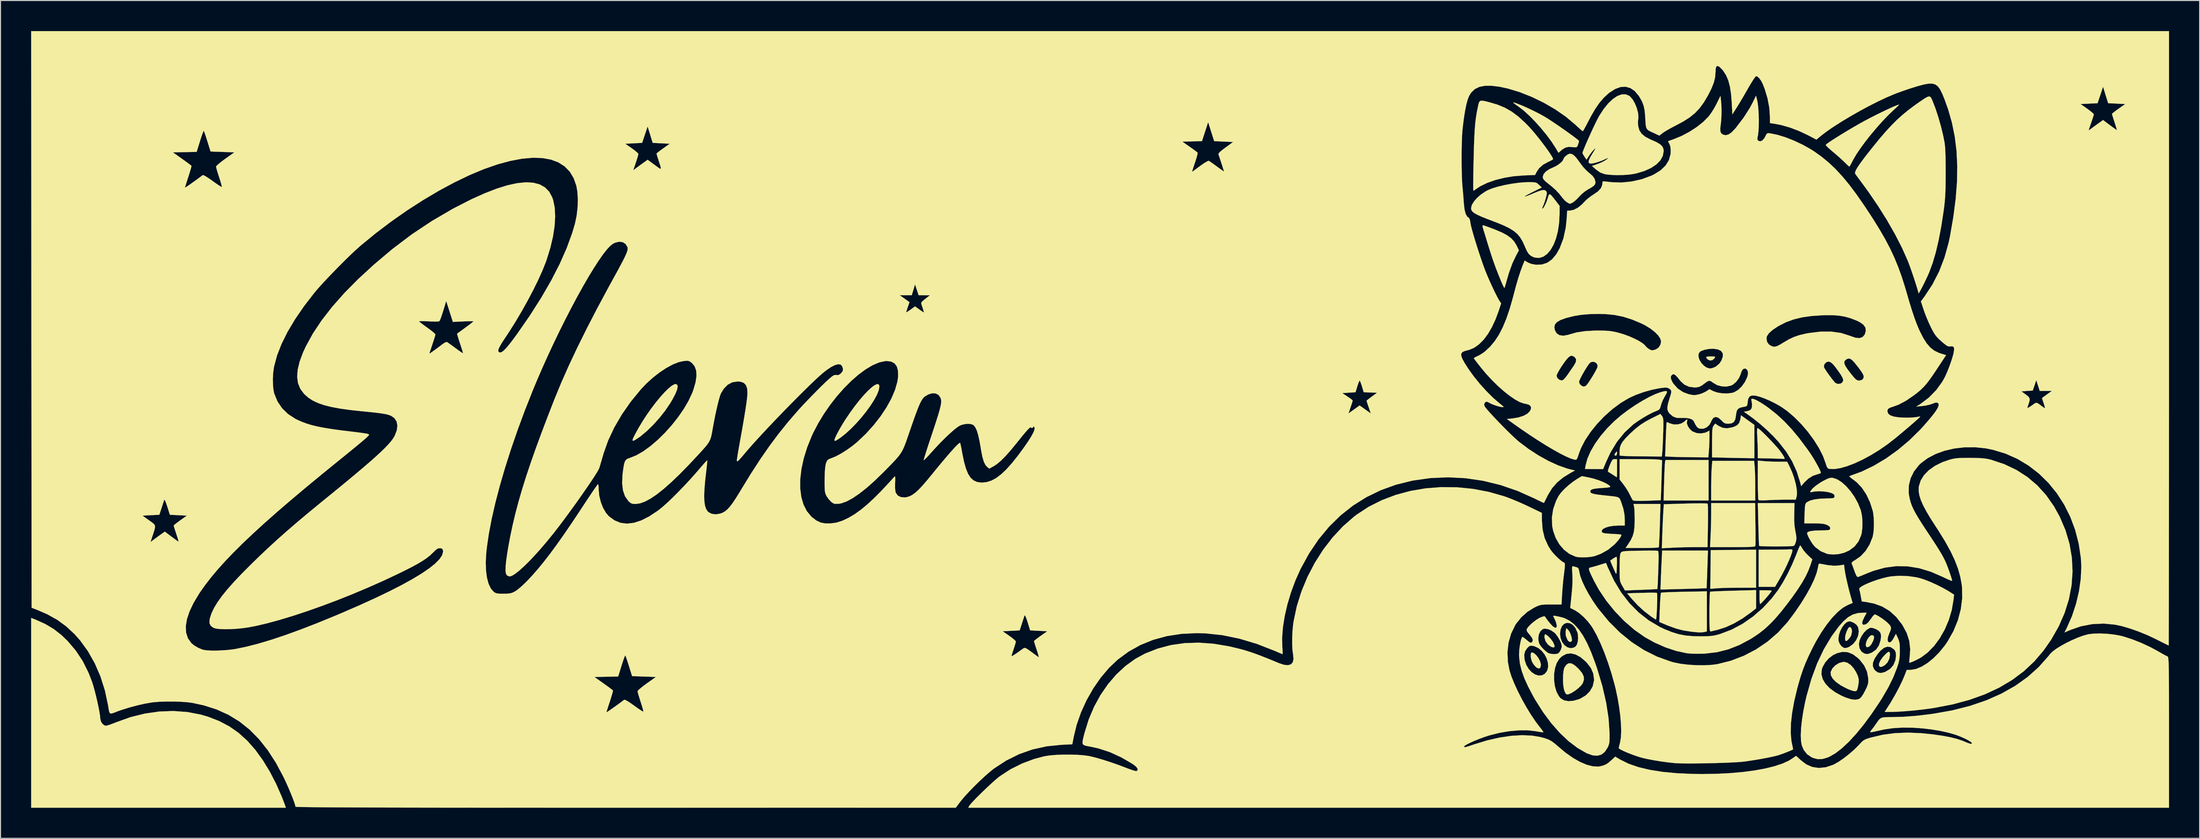
<source format=kicad_pcb>
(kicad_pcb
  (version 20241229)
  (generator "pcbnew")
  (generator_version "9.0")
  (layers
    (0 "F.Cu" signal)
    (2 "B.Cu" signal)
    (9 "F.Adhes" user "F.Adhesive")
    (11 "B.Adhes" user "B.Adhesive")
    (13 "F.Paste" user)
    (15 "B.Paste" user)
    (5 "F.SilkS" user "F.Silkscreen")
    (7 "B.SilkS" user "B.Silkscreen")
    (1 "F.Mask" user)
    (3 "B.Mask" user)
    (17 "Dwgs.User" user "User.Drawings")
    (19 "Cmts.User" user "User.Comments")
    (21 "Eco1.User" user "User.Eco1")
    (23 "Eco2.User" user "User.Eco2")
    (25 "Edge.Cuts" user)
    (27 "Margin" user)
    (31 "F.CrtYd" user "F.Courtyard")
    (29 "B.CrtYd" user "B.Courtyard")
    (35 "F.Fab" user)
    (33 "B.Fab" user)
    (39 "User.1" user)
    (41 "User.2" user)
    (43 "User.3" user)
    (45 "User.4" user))
  (footprint "rosie_eleven"
    (layer "F.Cu")
    (at 104.738 38.105)
    (property "Reference" "rosie_eleven" (at 0 0 0) (layer "F.SilkS") (effects (font (size 1.524 1.524) (thickness 0.3))))
    (attr through_hole)
    (fp_poly (pts (xy 50.707 3.185) (xy 50.713 3.323) (xy 50.674 3.51) (xy 50.588 3.556) (xy 50.476 3.519) (xy 50.461 3.488) (xy 50.508 3.373) (xy 50.586 3.255) (xy 50.675 3.15) (xy 50.707 3.185)) (stroke (width 0.01) (type solid)) (fill yes) (layer "F.SilkS"))
    (fp_poly (pts (xy 59.69 7.959) (xy 55.278 7.959) (xy 55.33 6.16) (xy 55.347 5.613) (xy 55.366 5.116) (xy 55.385 4.695) (xy 55.402 4.378) (xy 55.417 4.194) (xy 55.421 4.17) (xy 55.46 3.979) (xy 59.69 3.979) (xy 59.69 7.959)) (stroke (width 0.01) (type solid)) (fill yes) (layer "F.SilkS"))
    (fp_poly (pts (xy 64.347 16.51) (xy 62.801 16.511) (xy 62.246 16.514) (xy 61.692 16.523) (xy 61.184 16.536) (xy 60.769 16.552) (xy 60.556 16.566) (xy 59.856 16.62) (xy 59.879 14.724) (xy 59.902 12.827) (xy 62.124 12.804) (xy 64.347 12.782) (xy 64.347 16.51)) (stroke (width 0.01) (type solid)) (fill yes) (layer "F.SilkS"))
    (fp_poly (pts (xy 45.937 20.663) (xy 46.061 20.84) (xy 46.174 21.097) (xy 46.258 21.376) (xy 46.295 21.618) (xy 46.273 21.755) (xy 46.145 21.841) (xy 45.985 21.783) (xy 45.87 21.654) (xy 45.696 21.241) (xy 45.68 20.803) (xy 45.69 20.748) (xy 45.743 20.481) (xy 45.937 20.663)) (stroke (width 0.01) (type solid)) (fill yes) (layer "F.SilkS"))
    (fp_poly (pts (xy 60.18 -6.178) (xy 60.309 -6.158) (xy 60.329 -6.106) (xy 60.271 -6.003) (xy 60.262 -5.99) (xy 60.068 -5.82) (xy 59.832 -5.779) (xy 59.614 -5.875) (xy 59.58 -5.908) (xy 59.469 -6.05) (xy 59.467 -6.132) (xy 59.594 -6.17) (xy 59.869 -6.181) (xy 59.912 -6.181) (xy 60.18 -6.178)) (stroke (width 0.01) (type solid)) (fill yes) (layer "F.SilkS"))
    (fp_poly (pts (xy 73.651 20.441) (xy 73.726 20.63) (xy 73.745 20.827) (xy 73.671 21.188) (xy 73.557 21.388) (xy 73.339 21.644) (xy 73.19 21.75) (xy 73.102 21.707) (xy 73.068 21.515) (xy 73.067 21.46) (xy 73.111 21.141) (xy 73.223 20.791) (xy 73.372 20.495) (xy 73.419 20.431) (xy 73.541 20.366) (xy 73.651 20.441)) (stroke (width 0.01) (type solid)) (fill yes) (layer "F.SilkS"))
    (fp_poly (pts (xy 75.867 21.223) (xy 75.914 21.395) (xy 75.839 21.682) (xy 75.821 21.725) (xy 75.627 22.094) (xy 75.419 22.303) (xy 75.256 22.352) (xy 75.143 22.31) (xy 75.102 22.156) (xy 75.099 22.075) (xy 75.148 21.821) (xy 75.272 21.555) (xy 75.438 21.327) (xy 75.614 21.188) (xy 75.698 21.167) (xy 75.867 21.223)) (stroke (width 0.01) (type solid)) (fill yes) (layer "F.SilkS"))
    (fp_poly (pts (xy 64.207 4.636) (xy 64.226 4.924) (xy 64.242 5.335) (xy 64.254 5.824) (xy 64.261 6.344) (xy 64.261 6.583) (xy 64.262 7.959) (xy 59.944 7.959) (xy 59.944 6.659) (xy 59.948 6.142) (xy 59.958 5.624) (xy 59.974 5.156) (xy 59.993 4.792) (xy 59.999 4.712) (xy 60.054 4.064) (xy 64.153 4.064) (xy 64.207 4.636)) (stroke (width 0.01) (type solid)) (fill yes) (layer "F.SilkS"))
    (fp_poly (pts (xy 77.427 22.824) (xy 77.467 22.983) (xy 77.47 23.08) (xy 77.403 23.484) (xy 77.223 23.85) (xy 76.959 24.119) (xy 76.926 24.14) (xy 76.663 24.272) (xy 76.493 24.281) (xy 76.399 24.171) (xy 76.4 23.954) (xy 76.527 23.663) (xy 76.767 23.325) (xy 76.914 23.158) (xy 77.164 22.91) (xy 77.33 22.799) (xy 77.427 22.824)) (stroke (width 0.01) (type solid)) (fill yes) (layer "F.SilkS"))
    (fp_poly (pts (xy 43.807 21.146) (xy 44.007 21.312) (xy 44.218 21.538) (xy 44.4 21.784) (xy 44.454 21.876) (xy 44.578 22.163) (xy 44.583 22.331) (xy 44.47 22.379) (xy 44.24 22.306) (xy 44.218 22.295) (xy 43.926 22.074) (xy 43.708 21.759) (xy 43.606 21.412) (xy 43.603 21.347) (xy 43.619 21.164) (xy 43.656 21.082) (xy 43.659 21.082) (xy 43.807 21.146)) (stroke (width 0.01) (type solid)) (fill yes) (layer "F.SilkS"))
    (fp_poly (pts (xy 42.57 22.935) (xy 42.796 23.131) (xy 43.003 23.404) (xy 43.164 23.712) (xy 43.246 24.012) (xy 43.249 24.146) (xy 43.184 24.372) (xy 43.05 24.445) (xy 42.851 24.363) (xy 42.726 24.26) (xy 42.528 24.025) (xy 42.373 23.757) (xy 42.371 23.752) (xy 42.289 23.484) (xy 42.252 23.217) (xy 42.263 22.997) (xy 42.32 22.872) (xy 42.357 22.86) (xy 42.57 22.935)) (stroke (width 0.01) (type solid)) (fill yes) (layer "F.SilkS"))
    (fp_poly (pts (xy 65.57 16.771) (xy 65.782 16.788) (xy 65.87 16.812) (xy 65.871 16.814) (xy 65.818 16.913) (xy 65.679 17.098) (xy 65.485 17.334) (xy 65.266 17.589) (xy 65.051 17.826) (xy 64.87 18.011) (xy 64.754 18.111) (xy 64.734 18.119) (xy 64.711 18.041) (xy 64.694 17.833) (xy 64.686 17.537) (xy 64.685 17.441) (xy 64.685 16.764) (xy 65.278 16.764) (xy 65.57 16.771)) (stroke (width 0.01) (type solid)) (fill yes) (layer "F.SilkS"))
    (fp_poly (pts (xy 50.681 13.484) (xy 50.696 13.58) (xy 50.703 13.809) (xy 50.703 14.131) (xy 50.697 14.403) (xy 50.684 14.79) (xy 50.667 15.028) (xy 50.644 15.135) (xy 50.61 15.134) (xy 50.575 15.071) (xy 50.376 14.636) (xy 50.217 14.276) (xy 50.107 14.012) (xy 50.056 13.867) (xy 50.056 13.847) (xy 50.134 13.793) (xy 50.3 13.679) (xy 50.36 13.637) (xy 50.545 13.525) (xy 50.665 13.48) (xy 50.681 13.484)) (stroke (width 0.01) (type solid)) (fill yes) (layer "F.SilkS"))
    (fp_poly (pts (xy 67.811 12.754) (xy 67.895 12.78) (xy 67.909 12.883) (xy 67.852 13.109) (xy 67.734 13.436) (xy 67.568 13.837) (xy 67.363 14.29) (xy 67.131 14.768) (xy 66.881 15.249) (xy 66.624 15.707) (xy 66.613 15.727) (xy 66.203 16.425) (xy 64.601 16.425) (xy 64.601 12.785) (xy 66.019 12.778) (xy 66.505 12.774) (xy 66.943 12.769) (xy 67.299 12.762) (xy 67.541 12.755) (xy 67.625 12.75) (xy 67.811 12.754)) (stroke (width 0.01) (type solid)) (fill yes) (layer "F.SilkS"))
    (fp_poly (pts (xy 50.715 4.784) (xy 50.713 5.149) (xy 50.708 5.441) (xy 50.701 5.625) (xy 50.694 5.672) (xy 50.618 5.629) (xy 50.445 5.519) (xy 50.292 5.419) (xy 50.064 5.272) (xy 49.89 5.168) (xy 49.831 5.138) (xy 49.823 5.054) (xy 49.873 4.854) (xy 49.971 4.577) (xy 50 4.503) (xy 50.133 4.194) (xy 50.234 4.011) (xy 50.329 3.923) (xy 50.444 3.896) (xy 50.483 3.895) (xy 50.715 3.895) (xy 50.715 4.784)) (stroke (width 0.01) (type solid)) (fill yes) (layer "F.SilkS"))
    (fp_poly (pts (xy 59.564 14.711) (xy 59.546 15.249) (xy 59.528 15.727) (xy 59.513 16.118) (xy 59.501 16.4) (xy 59.492 16.547) (xy 59.49 16.563) (xy 59.406 16.568) (xy 59.175 16.577) (xy 58.818 16.588) (xy 58.359 16.602) (xy 57.819 16.618) (xy 57.226 16.634) (xy 54.974 16.694) (xy 55.005 15.819) (xy 55.023 15.354) (xy 55.046 14.802) (xy 55.07 14.243) (xy 55.086 13.906) (xy 55.135 12.869) (xy 59.626 12.869) (xy 59.564 14.711)) (stroke (width 0.01) (type solid)) (fill yes) (layer "F.SilkS"))
    (fp_poly (pts (xy 64.279 10.266) (xy 64.285 10.843) (xy 64.288 11.365) (xy 64.288 11.81) (xy 64.285 12.151) (xy 64.28 12.365) (xy 64.274 12.425) (xy 64.225 12.459) (xy 64.089 12.485) (xy 63.85 12.505) (xy 63.494 12.518) (xy 63.006 12.527) (xy 62.371 12.53) (xy 62.038 12.531) (xy 59.833 12.531) (xy 59.889 11.374) (xy 59.911 10.826) (xy 59.929 10.221) (xy 59.94 9.639) (xy 59.944 9.215) (xy 59.944 8.213) (xy 64.253 8.213) (xy 64.279 10.266)) (stroke (width 0.01) (type solid)) (fill yes) (layer "F.SilkS"))
    (fp_poly (pts (xy 54.356 17.002) (xy 54.566 17.01) (xy 54.629 17.02) (xy 54.646 17.113) (xy 54.654 17.337) (xy 54.653 17.656) (xy 54.646 18.035) (xy 54.632 18.44) (xy 54.614 18.836) (xy 54.593 19.186) (xy 54.57 19.458) (xy 54.546 19.614) (xy 54.533 19.638) (xy 54.443 19.591) (xy 54.256 19.472) (xy 54.011 19.306) (xy 54.008 19.304) (xy 53.358 18.801) (xy 52.711 18.204) (xy 52.134 17.577) (xy 52.126 17.568) (xy 51.703 17.06) (xy 53.135 17.018) (xy 53.612 17.006) (xy 54.029 17.001) (xy 54.356 17.002)) (stroke (width 0.01) (type solid)) (fill yes) (layer "F.SilkS"))
    (fp_poly (pts (xy 59.521 20.807) (xy 59.256 20.86) (xy 59.073 20.889) (xy 58.881 20.9) (xy 58.638 20.891) (xy 58.302 20.861) (xy 57.933 20.819) (xy 57.208 20.705) (xy 56.516 20.526) (xy 55.784 20.263) (xy 55.588 20.183) (xy 54.857 19.877) (xy 54.913 18.469) (xy 54.935 17.997) (xy 54.96 17.586) (xy 54.985 17.265) (xy 55.008 17.062) (xy 55.023 17.007) (xy 55.118 16.991) (xy 55.36 16.974) (xy 55.726 16.956) (xy 56.193 16.939) (xy 56.737 16.923) (xy 57.298 16.911) (xy 59.521 16.869) (xy 59.521 20.807)) (stroke (width 0.01) (type solid)) (fill yes) (layer "F.SilkS"))
    (fp_poly (pts (xy 54.91 10.393) (xy 54.891 10.973) (xy 54.872 11.496) (xy 54.852 11.939) (xy 54.834 12.279) (xy 54.818 12.491) (xy 54.809 12.552) (xy 54.716 12.572) (xy 54.48 12.589) (xy 54.129 12.603) (xy 53.689 12.612) (xy 53.188 12.615) (xy 53.162 12.615) (xy 51.554 12.615) (xy 51.809 12.244) (xy 52.066 11.836) (xy 52.246 11.455) (xy 52.36 11.053) (xy 52.422 10.584) (xy 52.445 10) (xy 52.446 9.906) (xy 52.443 9.472) (xy 52.431 9.076) (xy 52.413 8.76) (xy 52.39 8.572) (xy 52.328 8.297) (xy 54.972 8.297) (xy 54.91 10.393)) (stroke (width 0.01) (type solid)) (fill yes) (layer "F.SilkS"))
    (fp_poly (pts (xy 59.317 8.241) (xy 59.533 8.254) (xy 59.598 8.268) (xy 59.613 8.369) (xy 59.624 8.616) (xy 59.63 8.984) (xy 59.632 9.45) (xy 59.629 9.99) (xy 59.623 10.435) (xy 59.588 12.531) (xy 58.382 12.531) (xy 57.824 12.535) (xy 57.21 12.547) (xy 56.615 12.566) (xy 56.142 12.586) (xy 55.107 12.642) (xy 55.157 11.168) (xy 55.177 10.623) (xy 55.2 10.079) (xy 55.223 9.583) (xy 55.244 9.181) (xy 55.254 9.007) (xy 55.301 8.32) (xy 57.419 8.258) (xy 58.002 8.244) (xy 58.528 8.236) (xy 58.974 8.235) (xy 59.317 8.241)) (stroke (width 0.01) (type solid)) (fill yes) (layer "F.SilkS"))
    (fp_poly (pts (xy 73.282 23.869) (xy 73.607 24.087) (xy 73.913 24.418) (xy 74.158 24.814) (xy 74.323 25.18) (xy 74.402 25.485) (xy 74.405 25.8) (xy 74.34 26.196) (xy 74.33 26.242) (xy 74.267 26.495) (xy 74.198 26.622) (xy 74.091 26.664) (xy 74.013 26.666) (xy 73.822 26.629) (xy 73.542 26.536) (xy 73.241 26.41) (xy 72.655 26.1) (xy 72.193 25.774) (xy 71.864 25.444) (xy 71.681 25.119) (xy 71.653 24.81) (xy 71.661 24.773) (xy 71.826 24.43) (xy 72.113 24.13) (xy 72.474 23.907) (xy 72.863 23.797) (xy 72.967 23.791) (xy 73.282 23.869)) (stroke (width 0.01) (type solid)) (fill yes) (layer "F.SilkS"))
    (fp_poly (pts (xy 46.255 23.945) (xy 46.56 24.12) (xy 46.922 24.447) (xy 46.98 24.508) (xy 47.288 24.884) (xy 47.448 25.22) (xy 47.47 25.543) (xy 47.359 25.881) (xy 47.359 25.882) (xy 47.192 26.112) (xy 46.92 26.373) (xy 46.594 26.627) (xy 46.263 26.837) (xy 45.976 26.962) (xy 45.954 26.968) (xy 45.802 26.986) (xy 45.699 26.919) (xy 45.595 26.731) (xy 45.58 26.699) (xy 45.495 26.412) (xy 45.441 26.02) (xy 45.418 25.574) (xy 45.426 25.124) (xy 45.465 24.719) (xy 45.535 24.41) (xy 45.573 24.323) (xy 45.772 24.048) (xy 45.996 23.921) (xy 46.255 23.945)) (stroke (width 0.01) (type solid)) (fill yes) (layer "F.SilkS"))
    (fp_poly (pts (xy 63.521 0.067) (xy 64.177 0.538) (xy 64.177 3.81) (xy 63.056 3.792) (xy 62.517 3.782) (xy 61.927 3.77) (xy 61.364 3.757) (xy 60.981 3.747) (xy 60.029 3.72) (xy 60.031 2.262) (xy 60.033 1.72) (xy 60.041 1.321) (xy 60.057 1.037) (xy 60.083 0.843) (xy 60.122 0.712) (xy 60.176 0.617) (xy 60.185 0.606) (xy 60.337 0.408) (xy 60.66 0.627) (xy 61.059 0.82) (xy 61.495 0.871) (xy 61.995 0.782) (xy 62.21 0.71) (xy 62.509 0.556) (xy 62.696 0.332) (xy 62.802 -0.004) (xy 62.818 -0.097) (xy 62.865 -0.405) (xy 63.521 0.067)) (stroke (width 0.01) (type solid)) (fill yes) (layer "F.SilkS"))
    (fp_poly (pts (xy 64.593 0.906) (xy 64.785 1.068) (xy 65.044 1.31) (xy 65.347 1.609) (xy 65.672 1.941) (xy 65.996 2.283) (xy 66.295 2.612) (xy 66.547 2.905) (xy 66.695 3.091) (xy 66.946 3.445) (xy 67.098 3.699) (xy 67.145 3.847) (xy 67.083 3.877) (xy 67.077 3.876) (xy 66.974 3.868) (xy 66.733 3.857) (xy 66.386 3.846) (xy 65.965 3.836) (xy 65.765 3.831) (xy 64.516 3.805) (xy 64.516 3.228) (xy 64.51 2.885) (xy 64.495 2.444) (xy 64.474 1.977) (xy 64.461 1.749) (xy 64.441 1.301) (xy 64.446 1.001) (xy 64.474 0.858) (xy 64.491 0.847) (xy 64.593 0.906)) (stroke (width 0.01) (type solid)) (fill yes) (layer "F.SilkS"))
    (fp_poly (pts (xy 65.088 4.093) (xy 65.434 4.118) (xy 65.876 4.136) (xy 66.338 4.147) (xy 66.526 4.148) (xy 67.392 4.149) (xy 67.636 4.636) (xy 67.875 5.173) (xy 68.075 5.741) (xy 68.228 6.301) (xy 68.324 6.817) (xy 68.356 7.253) (xy 68.324 7.545) (xy 68.235 7.874) (xy 67.243 7.874) (xy 66.741 7.88) (xy 66.199 7.893) (xy 65.696 7.913) (xy 65.447 7.927) (xy 65.093 7.943) (xy 64.804 7.942) (xy 64.621 7.927) (xy 64.579 7.912) (xy 64.561 7.812) (xy 64.545 7.567) (xy 64.532 7.203) (xy 64.522 6.745) (xy 64.517 6.217) (xy 64.516 5.943) (xy 64.516 4.04) (xy 65.088 4.093)) (stroke (width 0.01) (type solid)) (fill yes) (layer "F.SilkS"))
    (fp_poly (pts (xy -41.41 -3.408) (xy -41.36 -3.224) (xy -41.419 -2.922) (xy -41.585 -2.51) (xy -41.855 -1.992) (xy -42.109 -1.566) (xy -42.596 -0.849) (xy -43.163 -0.132) (xy -43.775 0.548) (xy -44.401 1.157) (xy -45.006 1.658) (xy -45.225 1.813) (xy -45.517 2.002) (xy -45.693 2.093) (xy -45.774 2.088) (xy -45.778 1.994) (xy -45.761 1.926) (xy -45.698 1.78) (xy -45.57 1.523) (xy -45.394 1.194) (xy -45.201 0.847) (xy -44.814 0.197) (xy -44.394 -0.447) (xy -43.955 -1.071) (xy -43.511 -1.656) (xy -43.075 -2.187) (xy -42.662 -2.648) (xy -42.284 -3.023) (xy -41.957 -3.293) (xy -41.693 -3.445) (xy -41.569 -3.471) (xy -41.41 -3.408)) (stroke (width 0.01) (type solid)) (fill yes) (layer "F.SilkS"))
    (fp_poly (pts (xy 64.347 18.542) (xy 63.833 18.944) (xy 63.011 19.531) (xy 62.174 20.02) (xy 61.354 20.396) (xy 60.583 20.642) (xy 60.537 20.653) (xy 60.251 20.719) (xy 60.016 20.775) (xy 59.923 20.799) (xy 59.875 20.802) (xy 59.839 20.768) (xy 59.813 20.678) (xy 59.795 20.511) (xy 59.784 20.249) (xy 59.777 19.871) (xy 59.775 19.358) (xy 59.775 18.891) (xy 59.777 18.335) (xy 59.785 17.837) (xy 59.796 17.422) (xy 59.811 17.114) (xy 59.828 16.938) (xy 59.838 16.906) (xy 59.937 16.894) (xy 60.181 16.878) (xy 60.55 16.861) (xy 61.018 16.842) (xy 61.564 16.824) (xy 62.124 16.807) (xy 64.347 16.746) (xy 64.347 18.542)) (stroke (width 0.01) (type solid)) (fill yes) (layer "F.SilkS"))
    (fp_poly (pts (xy 68.084 9.247) (xy 68.079 9.887) (xy 68.111 10.418) (xy 68.183 10.898) (xy 68.197 10.967) (xy 68.269 11.353) (xy 68.295 11.634) (xy 68.277 11.864) (xy 68.244 12.011) (xy 68.164 12.238) (xy 68.076 12.384) (xy 68.046 12.406) (xy 67.907 12.426) (xy 67.64 12.443) (xy 67.277 12.455) (xy 66.85 12.462) (xy 66.389 12.465) (xy 65.925 12.464) (xy 65.49 12.458) (xy 65.114 12.448) (xy 64.829 12.434) (xy 64.666 12.415) (xy 64.639 12.404) (xy 64.63 12.299) (xy 64.619 12.048) (xy 64.605 11.678) (xy 64.591 11.21) (xy 64.576 10.671) (xy 64.566 10.266) (xy 64.517 8.213) (xy 66.316 8.213) (xy 68.114 8.213) (xy 68.084 9.247)) (stroke (width 0.01) (type solid)) (fill yes) (layer "F.SilkS"))
    (fp_poly (pts (xy -21.601 -3.328) (xy -21.59 -3.22) (xy -21.653 -2.864) (xy -21.829 -2.42) (xy -22.104 -1.91) (xy -22.46 -1.354) (xy -22.882 -0.773) (xy -23.353 -0.186) (xy -23.857 0.384) (xy -24.378 0.918) (xy -24.9 1.395) (xy -25.406 1.794) (xy -25.672 1.973) (xy -25.87 2.087) (xy -25.965 2.105) (xy -25.992 2.031) (xy -25.992 2.011) (xy -25.949 1.861) (xy -25.831 1.6) (xy -25.656 1.257) (xy -25.438 0.863) (xy -25.196 0.45) (xy -24.944 0.047) (xy -24.918 0.006) (xy -24.457 -0.676) (xy -23.999 -1.305) (xy -23.554 -1.872) (xy -23.131 -2.368) (xy -22.74 -2.783) (xy -22.391 -3.109) (xy -22.093 -3.336) (xy -21.855 -3.454) (xy -21.688 -3.455) (xy -21.601 -3.328)) (stroke (width 0.01) (type solid)) (fill yes) (layer "F.SilkS"))
    (fp_poly (pts (xy 53.333 3.897) (xy 53.845 3.904) (xy 54.285 3.915) (xy 54.623 3.928) (xy 54.829 3.944) (xy 54.86 3.949) (xy 55.131 4.003) (xy 55.071 5.96) (xy 55.054 6.516) (xy 55.038 7.011) (xy 55.023 7.422) (xy 55.012 7.725) (xy 55.004 7.897) (xy 55.001 7.927) (xy 54.918 7.933) (xy 54.694 7.943) (xy 54.358 7.956) (xy 53.94 7.97) (xy 53.659 7.98) (xy 53.087 7.993) (xy 52.673 7.991) (xy 52.404 7.974) (xy 52.271 7.94) (xy 52.256 7.927) (xy 52.183 7.804) (xy 52.067 7.579) (xy 51.954 7.351) (xy 51.774 7.021) (xy 51.54 6.652) (xy 51.347 6.383) (xy 50.969 5.897) (xy 50.969 3.895) (xy 52.779 3.895) (xy 53.333 3.897)) (stroke (width 0.01) (type solid)) (fill yes) (layer "F.SilkS"))
    (fp_poly (pts (xy 55.124 -0.332) (xy 55.182 -0.243) (xy 55.222 -0.132) (xy 55.246 0.027) (xy 55.257 0.263) (xy 55.256 0.603) (xy 55.245 1.073) (xy 55.238 1.312) (xy 55.221 1.827) (xy 55.201 2.318) (xy 55.181 2.744) (xy 55.161 3.066) (xy 55.151 3.196) (xy 55.106 3.641) (xy 53.355 3.626) (xy 52.806 3.621) (xy 52.295 3.612) (xy 51.854 3.602) (xy 51.514 3.592) (xy 51.307 3.581) (xy 51.287 3.579) (xy 50.969 3.546) (xy 50.969 3.079) (xy 50.995 2.777) (xy 51.084 2.495) (xy 51.253 2.205) (xy 51.52 1.877) (xy 51.902 1.483) (xy 51.999 1.388) (xy 52.509 0.921) (xy 52.983 0.548) (xy 53.483 0.224) (xy 54.073 -0.094) (xy 54.159 -0.136) (xy 54.968 -0.538) (xy 55.124 -0.332)) (stroke (width 0.01) (type solid)) (fill yes) (layer "F.SilkS"))
    (fp_poly (pts (xy 37.69 -19.021) (xy 37.926 -18.94) (xy 38.255 -18.82) (xy 38.648 -18.671) (xy 38.772 -18.622) (xy 39.427 -18.344) (xy 39.939 -18.07) (xy 40.332 -17.782) (xy 40.631 -17.461) (xy 40.859 -17.089) (xy 40.892 -17.022) (xy 41.097 -16.585) (xy 40.827 -16.093) (xy 40.463 -15.327) (xy 40.13 -14.413) (xy 39.916 -13.684) (xy 39.824 -13.35) (xy 39.746 -13.084) (xy 39.693 -12.925) (xy 39.679 -12.896) (xy 39.633 -12.952) (xy 39.541 -13.131) (xy 39.42 -13.4) (xy 39.368 -13.521) (xy 39.06 -14.277) (xy 38.795 -14.965) (xy 38.552 -15.644) (xy 38.311 -16.372) (xy 38.052 -17.205) (xy 37.901 -17.698) (xy 37.766 -18.142) (xy 37.654 -18.509) (xy 37.574 -18.772) (xy 37.534 -18.9) (xy 37.534 -18.902) (xy 37.537 -19.024) (xy 37.581 -19.05) (xy 37.69 -19.021)) (stroke (width 0.01) (type solid)) (fill yes) (layer "F.SilkS"))
    (fp_poly (pts (xy 55.614 -2.733) (xy 55.579 -2.581) (xy 55.435 -2.318) (xy 55.37 -2.211) (xy 55.201 -1.887) (xy 55.06 -1.533) (xy 55.014 -1.374) (xy 54.938 -1.113) (xy 54.843 -0.966) (xy 54.686 -0.875) (xy 54.614 -0.848) (xy 54.225 -0.684) (xy 53.753 -0.441) (xy 53.248 -0.148) (xy 52.758 0.166) (xy 52.332 0.474) (xy 52.294 0.503) (xy 51.454 1.279) (xy 50.716 2.189) (xy 50.081 3.231) (xy 49.659 4.132) (xy 49.351 4.877) (xy 48.463 4.872) (xy 47.575 4.868) (xy 47.63 4.53) (xy 47.808 3.859) (xy 48.123 3.137) (xy 48.56 2.385) (xy 49.104 1.624) (xy 49.741 0.877) (xy 50.453 0.164) (xy 51.117 -0.406) (xy 51.794 -0.917) (xy 52.499 -1.398) (xy 53.201 -1.832) (xy 53.87 -2.201) (xy 54.475 -2.486) (xy 54.943 -2.657) (xy 55.309 -2.758) (xy 55.528 -2.788) (xy 55.614 -2.733)) (stroke (width 0.01) (type solid)) (fill yes) (layer "F.SilkS"))
    (fp_poly (pts (xy 57.599 0.117) (xy 57.582 0.152) (xy 57.557 0.36) (xy 57.641 0.624) (xy 57.808 0.894) (xy 58.033 1.122) (xy 58.118 1.182) (xy 58.508 1.336) (xy 58.948 1.376) (xy 59.367 1.298) (xy 59.499 1.24) (xy 59.775 1.096) (xy 59.775 1.763) (xy 59.767 2.206) (xy 59.746 2.696) (xy 59.72 3.078) (xy 59.665 3.725) (xy 58.09 3.709) (xy 57.546 3.702) (xy 57.019 3.693) (xy 56.55 3.682) (xy 56.177 3.671) (xy 55.973 3.662) (xy 55.431 3.632) (xy 55.49 1.967) (xy 55.51 1.455) (xy 55.53 1.003) (xy 55.549 0.639) (xy 55.566 0.387) (xy 55.578 0.275) (xy 55.58 0.272) (xy 55.667 0.286) (xy 55.84 0.361) (xy 55.868 0.375) (xy 56.242 0.49) (xy 56.65 0.492) (xy 57.037 0.39) (xy 57.345 0.191) (xy 57.399 0.133) (xy 57.529 0.018) (xy 57.609 0.014) (xy 57.599 0.117)) (stroke (width 0.01) (type solid)) (fill yes) (layer "F.SilkS"))
    (fp_poly (pts (xy 40.75 -31.051) (xy 40.936 -30.985) (xy 41.431 -30.788) (xy 42.01 -30.53) (xy 42.616 -30.239) (xy 43.191 -29.943) (xy 43.675 -29.67) (xy 43.73 -29.636) (xy 44.067 -29.424) (xy 44.46 -29.164) (xy 44.889 -28.874) (xy 45.33 -28.569) (xy 45.762 -28.265) (xy 46.161 -27.978) (xy 46.506 -27.724) (xy 46.774 -27.519) (xy 46.942 -27.378) (xy 46.99 -27.322) (xy 46.963 -27.187) (xy 46.897 -26.976) (xy 46.888 -26.951) (xy 46.818 -26.782) (xy 46.732 -26.707) (xy 46.575 -26.699) (xy 46.385 -26.722) (xy 45.977 -26.744) (xy 45.657 -26.674) (xy 45.361 -26.495) (xy 45.266 -26.415) (xy 44.978 -26.162) (xy 44.671 -26.677) (xy 44.277 -27.281) (xy 43.798 -27.926) (xy 43.261 -28.581) (xy 42.696 -29.214) (xy 42.13 -29.792) (xy 41.592 -30.284) (xy 41.148 -30.631) (xy 40.812 -30.869) (xy 40.61 -31.02) (xy 40.536 -31.095) (xy 40.585 -31.102) (xy 40.75 -31.051)) (stroke (width 0.01) (type solid)) (fill yes) (layer "F.SilkS"))
    (fp_poly (pts (xy -104.309 19.643) (xy -103.356 20.072) (xy -102.521 20.57) (xy -101.756 21.168) (xy -101.151 21.752) (xy -100.354 22.691) (xy -99.679 23.716) (xy -99.113 24.85) (xy -98.766 25.743) (xy -98.643 26.133) (xy -98.51 26.612) (xy -98.375 27.145) (xy -98.247 27.696) (xy -98.133 28.228) (xy -98.042 28.706) (xy -97.982 29.092) (xy -97.96 29.347) (xy -97.901 29.622) (xy -97.752 29.864) (xy -97.552 30.023) (xy -97.413 30.057) (xy -97.254 30.025) (xy -96.984 29.94) (xy -96.645 29.815) (xy -96.401 29.717) (xy -95.008 29.217) (xy -93.598 28.865) (xy -92.188 28.663) (xy -90.793 28.611) (xy -89.429 28.711) (xy -88.112 28.963) (xy -87.405 29.17) (xy -86.307 29.596) (xy -85.311 30.121) (xy -84.4 30.758) (xy -83.555 31.521) (xy -82.759 32.426) (xy -82.037 33.421) (xy -81.362 34.524) (xy -80.729 35.745) (xy -80.162 37.034) (xy -79.877 37.782) (xy -79.764 38.1) (xy -104.733 38.1) (xy -104.733 19.476) (xy -104.309 19.643)) (stroke (width 0.01) (type solid)) (fill yes) (layer "F.SilkS"))
    (fp_poly (pts (xy 54.294 12.875) (xy 54.571 12.881) (xy 54.711 12.891) (xy 54.719 12.893) (xy 54.753 12.947) (xy 54.776 13.088) (xy 54.787 13.334) (xy 54.787 13.701) (xy 54.776 14.205) (xy 54.758 14.778) (xy 54.738 15.318) (xy 54.719 15.797) (xy 54.702 16.191) (xy 54.687 16.475) (xy 54.676 16.625) (xy 54.673 16.642) (xy 54.586 16.651) (xy 54.357 16.665) (xy 54.011 16.683) (xy 53.576 16.702) (xy 53.079 16.722) (xy 53.072 16.723) (xy 51.492 16.784) (xy 51.232 16.33) (xy 51.133 16.153) (xy 51.063 16.002) (xy 51.017 15.843) (xy 50.989 15.641) (xy 50.976 15.364) (xy 50.971 14.979) (xy 50.97 14.558) (xy 50.974 14.012) (xy 50.987 13.613) (xy 51.011 13.337) (xy 51.048 13.161) (xy 51.089 13.076) (xy 51.142 13.02) (xy 51.222 12.977) (xy 51.351 12.946) (xy 51.555 12.924) (xy 51.856 12.907) (xy 52.276 12.895) (xy 52.841 12.884) (xy 52.913 12.883) (xy 53.438 12.876) (xy 53.907 12.873) (xy 54.294 12.875)) (stroke (width 0.01) (type solid)) (fill yes) (layer "F.SilkS"))
    (fp_poly (pts (xy 64.175 -1.98) (xy 64.487 -1.832) (xy 64.878 -1.602) (xy 65.325 -1.306) (xy 65.614 -1.097) (xy 66.382 -0.485) (xy 67.116 0.194) (xy 67.838 0.962) (xy 68.567 1.84) (xy 69.322 2.85) (xy 69.612 3.26) (xy 69.828 3.587) (xy 70.054 3.956) (xy 70.271 4.334) (xy 70.461 4.687) (xy 70.606 4.981) (xy 70.686 5.183) (xy 70.697 5.238) (xy 70.622 5.301) (xy 70.438 5.361) (xy 70.379 5.373) (xy 69.913 5.531) (xy 69.455 5.818) (xy 69.061 6.197) (xy 68.765 6.553) (xy 68.668 6.177) (xy 68.329 5.106) (xy 67.876 4.109) (xy 67.296 3.161) (xy 66.572 2.234) (xy 66.009 1.623) (xy 65.401 1.033) (xy 64.733 0.442) (xy 64.064 -0.097) (xy 63.641 -0.407) (xy 63.148 -0.752) (xy 63.448 -0.808) (xy 63.678 -0.878) (xy 63.838 -0.974) (xy 63.848 -0.985) (xy 63.936 -1.202) (xy 63.949 -1.513) (xy 63.899 -1.799) (xy 63.873 -1.97) (xy 63.935 -2.03) (xy 63.967 -2.032) (xy 64.175 -1.98)) (stroke (width 0.01) (type solid)) (fill yes) (layer "F.SilkS"))
    (fp_poly (pts (xy 78.312 -30.82) (xy 78.162 -30.672) (xy 77.941 -30.464) (xy 77.819 -30.353) (xy 77.286 -29.841) (xy 76.721 -29.249) (xy 76.146 -28.602) (xy 75.582 -27.929) (xy 75.051 -27.255) (xy 74.575 -26.607) (xy 74.175 -26.013) (xy 73.873 -25.498) (xy 73.812 -25.381) (xy 73.673 -25.107) (xy 73.559 -24.905) (xy 73.493 -24.811) (xy 73.487 -24.809) (xy 73.41 -24.864) (xy 73.249 -25.01) (xy 73.038 -25.217) (xy 73.022 -25.234) (xy 72.772 -25.474) (xy 72.441 -25.773) (xy 72.081 -26.085) (xy 71.865 -26.265) (xy 71.576 -26.512) (xy 71.347 -26.722) (xy 71.206 -26.874) (xy 71.172 -26.939) (xy 71.278 -27.037) (xy 71.513 -27.207) (xy 71.856 -27.435) (xy 72.288 -27.711) (xy 72.79 -28.022) (xy 73.342 -28.356) (xy 73.926 -28.7) (xy 74.522 -29.043) (xy 74.549 -29.058) (xy 74.977 -29.295) (xy 75.455 -29.548) (xy 75.961 -29.807) (xy 76.472 -30.061) (xy 76.965 -30.3) (xy 77.417 -30.512) (xy 77.806 -30.686) (xy 78.108 -30.812) (xy 78.302 -30.879) (xy 78.362 -30.882) (xy 78.312 -30.82)) (stroke (width 0.01) (type solid)) (fill yes) (layer "F.SilkS"))
    (fp_poly (pts (xy 79.198 15.371) (xy 80.017 15.484) (xy 80.433 15.582) (xy 80.903 15.737) (xy 81.462 15.962) (xy 82.056 16.231) (xy 82.631 16.52) (xy 83.136 16.804) (xy 83.261 16.882) (xy 83.751 17.195) (xy 83.694 17.72) (xy 83.522 18.716) (xy 83.232 19.688) (xy 82.837 20.615) (xy 82.352 21.47) (xy 81.79 22.231) (xy 81.164 22.872) (xy 80.567 23.321) (xy 80.3 23.476) (xy 79.996 23.631) (xy 79.705 23.764) (xy 79.476 23.853) (xy 79.37 23.876) (xy 79.357 23.801) (xy 79.371 23.607) (xy 79.393 23.431) (xy 79.454 22.557) (xy 79.362 21.74) (xy 79.112 20.959) (xy 78.698 20.19) (xy 78.642 20.105) (xy 78.073 19.376) (xy 77.437 18.799) (xy 76.721 18.366) (xy 75.911 18.068) (xy 75.092 17.908) (xy 74.704 17.859) (xy 74.604 17.314) (xy 74.544 17.011) (xy 74.489 16.764) (xy 74.453 16.639) (xy 74.497 16.531) (xy 74.679 16.392) (xy 74.973 16.231) (xy 75.354 16.059) (xy 75.795 15.887) (xy 76.27 15.723) (xy 76.754 15.579) (xy 77.221 15.465) (xy 77.571 15.402) (xy 78.356 15.342) (xy 79.198 15.371)) (stroke (width 0.01) (type solid)) (fill yes) (layer "F.SilkS"))
    (fp_poly (pts (xy 46.294 -26.037) (xy 46.5 -25.904) (xy 46.731 -25.659) (xy 47.009 -25.284) (xy 47.077 -25.184) (xy 47.372 -24.794) (xy 47.697 -24.44) (xy 47.952 -24.216) (xy 48.307 -23.906) (xy 48.517 -23.612) (xy 48.597 -23.311) (xy 48.599 -23.25) (xy 48.568 -23.094) (xy 48.461 -22.948) (xy 48.25 -22.788) (xy 47.912 -22.592) (xy 47.849 -22.557) (xy 47.536 -22.351) (xy 47.209 -22.072) (xy 47.008 -21.862) (xy 46.711 -21.551) (xy 46.425 -21.317) (xy 46.184 -21.186) (xy 46.084 -21.167) (xy 45.972 -21.21) (xy 45.795 -21.314) (xy 45.787 -21.319) (xy 45.595 -21.482) (xy 45.385 -21.713) (xy 45.313 -21.805) (xy 45.025 -22.173) (xy 44.712 -22.504) (xy 44.329 -22.845) (xy 44.005 -23.106) (xy 43.714 -23.344) (xy 43.539 -23.52) (xy 43.454 -23.664) (xy 43.434 -23.793) (xy 43.515 -24.066) (xy 43.747 -24.332) (xy 44.11 -24.572) (xy 44.444 -24.721) (xy 44.752 -24.867) (xy 45.045 -25.061) (xy 45.286 -25.269) (xy 45.436 -25.461) (xy 45.466 -25.561) (xy 45.532 -25.693) (xy 45.692 -25.854) (xy 45.887 -25.997) (xy 46.061 -26.074) (xy 46.094 -26.077) (xy 46.294 -26.037)) (stroke (width 0.01) (type solid)) (fill yes) (layer "F.SilkS"))
    (fp_poly (pts (xy 37.752 -31.234) (xy 38.149 -31.136) (xy 38.186 -31.127) (xy 39 -30.885) (xy 39.725 -30.584) (xy 40.394 -30.201) (xy 41.045 -29.715) (xy 41.712 -29.105) (xy 42.001 -28.811) (xy 42.303 -28.481) (xy 42.638 -28.091) (xy 42.987 -27.662) (xy 43.335 -27.218) (xy 43.663 -26.781) (xy 43.956 -26.375) (xy 44.195 -26.023) (xy 44.364 -25.747) (xy 44.445 -25.57) (xy 44.45 -25.54) (xy 44.379 -25.479) (xy 44.193 -25.376) (xy 43.963 -25.267) (xy 43.446 -24.982) (xy 43.067 -24.638) (xy 42.838 -24.29) (xy 42.681 -23.985) (xy 41.512 -23.938) (xy 40.568 -23.86) (xy 39.647 -23.707) (xy 38.778 -23.489) (xy 37.994 -23.213) (xy 37.324 -22.888) (xy 36.941 -22.639) (xy 36.762 -22.511) (xy 36.648 -22.441) (xy 36.634 -22.437) (xy 36.624 -22.517) (xy 36.618 -22.741) (xy 36.617 -23.084) (xy 36.62 -23.519) (xy 36.627 -24.022) (xy 36.629 -24.109) (xy 36.651 -25.193) (xy 36.674 -26.125) (xy 36.697 -26.924) (xy 36.723 -27.607) (xy 36.753 -28.193) (xy 36.787 -28.698) (xy 36.827 -29.141) (xy 36.875 -29.54) (xy 36.931 -29.913) (xy 36.997 -30.277) (xy 37.074 -30.651) (xy 37.082 -30.692) (xy 37.147 -30.979) (xy 37.215 -31.165) (xy 37.317 -31.261) (xy 37.485 -31.279) (xy 37.752 -31.234)) (stroke (width 0.01) (type solid)) (fill yes) (layer "F.SilkS"))
    (fp_poly (pts (xy 81.451 -31.627) (xy 81.539 -31.485) (xy 81.619 -31.308) (xy 81.913 -30.555) (xy 82.199 -29.689) (xy 82.463 -28.765) (xy 82.686 -27.837) (xy 82.818 -27.178) (xy 82.861 -26.837) (xy 82.893 -26.355) (xy 82.915 -25.722) (xy 82.926 -24.934) (xy 82.928 -24.215) (xy 82.925 -23.442) (xy 82.916 -22.804) (xy 82.899 -22.265) (xy 82.873 -21.791) (xy 82.836 -21.346) (xy 82.786 -20.896) (xy 82.733 -20.489) (xy 82.502 -18.974) (xy 82.246 -17.617) (xy 81.964 -16.412) (xy 81.652 -15.35) (xy 81.31 -14.422) (xy 81.159 -14.078) (xy 80.973 -13.68) (xy 80.783 -13.292) (xy 80.605 -12.941) (xy 80.451 -12.653) (xy 80.336 -12.453) (xy 80.273 -12.37) (xy 80.266 -12.376) (xy 80.237 -12.517) (xy 80.161 -12.786) (xy 80.049 -13.151) (xy 79.911 -13.583) (xy 79.757 -14.048) (xy 79.597 -14.517) (xy 79.442 -14.958) (xy 79.302 -15.339) (xy 79.204 -15.59) (xy 78.644 -16.845) (xy 77.962 -18.175) (xy 77.175 -19.553) (xy 76.297 -20.953) (xy 75.344 -22.35) (xy 74.726 -23.197) (xy 74.485 -23.522) (xy 74.277 -23.802) (xy 74.128 -24.008) (xy 74.059 -24.105) (xy 74.045 -24.237) (xy 74.125 -24.454) (xy 74.303 -24.764) (xy 74.585 -25.176) (xy 74.976 -25.7) (xy 75.114 -25.878) (xy 75.832 -26.788) (xy 76.477 -27.576) (xy 77.065 -28.259) (xy 77.617 -28.857) (xy 78.149 -29.389) (xy 78.682 -29.872) (xy 79.234 -30.327) (xy 79.822 -30.772) (xy 80.273 -31.092) (xy 80.688 -31.377) (xy 80.989 -31.57) (xy 81.201 -31.673) (xy 81.346 -31.691) (xy 81.451 -31.627)) (stroke (width 0.01) (type solid)) (fill yes) (layer "F.SilkS"))
    (fp_poly (pts (xy 47.994 5.708) (xy 48.445 5.817) (xy 48.907 5.965) (xy 49.339 6.135) (xy 49.7 6.311) (xy 49.949 6.475) (xy 49.996 6.52) (xy 50.045 6.586) (xy 50.033 6.632) (xy 49.937 6.664) (xy 49.731 6.691) (xy 49.391 6.717) (xy 49.216 6.729) (xy 48.747 6.768) (xy 48.423 6.816) (xy 48.222 6.88) (xy 48.119 6.967) (xy 48.091 7.082) (xy 48.127 7.176) (xy 48.249 7.253) (xy 48.478 7.319) (xy 48.833 7.379) (xy 49.334 7.439) (xy 49.403 7.446) (xy 49.941 7.501) (xy 50.337 7.545) (xy 50.614 7.587) (xy 50.8 7.638) (xy 50.918 7.706) (xy 50.995 7.803) (xy 51.055 7.937) (xy 51.12 8.111) (xy 51.332 8.753) (xy 51.445 9.348) (xy 51.475 9.885) (xy 51.477 10.414) (xy 50.858 10.414) (xy 50.369 10.44) (xy 49.938 10.51) (xy 49.588 10.617) (xy 49.34 10.751) (xy 49.216 10.904) (xy 49.239 11.063) (xy 49.326 11.127) (xy 49.509 11.173) (xy 49.814 11.206) (xy 50.203 11.228) (xy 50.572 11.247) (xy 50.874 11.269) (xy 51.07 11.291) (xy 51.127 11.305) (xy 51.125 11.416) (xy 51.017 11.617) (xy 50.818 11.882) (xy 50.547 12.185) (xy 50.46 12.274) (xy 49.85 12.777) (xy 49.138 13.18) (xy 48.52 13.412) (xy 48.167 13.484) (xy 47.738 13.526) (xy 47.295 13.537) (xy 46.901 13.514) (xy 46.651 13.467) (xy 46.056 13.2) (xy 45.521 12.791) (xy 45.065 12.262) (xy 44.704 11.635) (xy 44.454 10.932) (xy 44.361 10.466) (xy 44.329 9.633) (xy 44.459 8.794) (xy 44.746 7.974) (xy 44.991 7.502) (xy 45.224 7.183) (xy 45.566 6.819) (xy 45.977 6.446) (xy 46.415 6.101) (xy 46.766 5.866) (xy 47.262 5.565) (xy 47.994 5.708)) (stroke (width 0.01) (type solid)) (fill yes) (layer "F.SilkS"))
    (fp_poly (pts (xy 71.873 5.736) (xy 72.293 5.878) (xy 72.736 6.16) (xy 73.181 6.558) (xy 73.608 7.049) (xy 73.997 7.609) (xy 74.329 8.213) (xy 74.582 8.839) (xy 74.632 8.999) (xy 74.728 9.486) (xy 74.771 10.054) (xy 74.76 10.634) (xy 74.695 11.156) (xy 74.647 11.355) (xy 74.389 11.964) (xy 74.002 12.464) (xy 73.489 12.851) (xy 72.983 13.081) (xy 72.464 13.21) (xy 71.919 13.256) (xy 71.42 13.214) (xy 71.285 13.182) (xy 70.675 12.927) (xy 70.157 12.537) (xy 70.025 12.397) (xy 69.842 12.157) (xy 69.655 11.861) (xy 69.492 11.559) (xy 69.379 11.3) (xy 69.342 11.146) (xy 69.425 11.04) (xy 69.675 10.961) (xy 70.092 10.91) (xy 70.675 10.887) (xy 70.781 10.886) (xy 71.156 10.88) (xy 71.393 10.866) (xy 71.527 10.836) (xy 71.589 10.782) (xy 71.611 10.701) (xy 71.584 10.557) (xy 71.436 10.429) (xy 71.315 10.363) (xy 71.126 10.289) (xy 70.897 10.241) (xy 70.588 10.214) (xy 70.159 10.204) (xy 70.032 10.204) (xy 69.071 10.202) (xy 69.102 9.242) (xy 69.118 8.82) (xy 69.139 8.533) (xy 69.172 8.348) (xy 69.223 8.23) (xy 69.3 8.146) (xy 69.323 8.127) (xy 69.619 7.97) (xy 70.062 7.852) (xy 70.63 7.779) (xy 71.205 7.755) (xy 71.578 7.748) (xy 71.815 7.734) (xy 71.949 7.704) (xy 72.011 7.65) (xy 72.035 7.564) (xy 72.036 7.554) (xy 72.02 7.411) (xy 71.896 7.301) (xy 71.75 7.231) (xy 71.396 7.13) (xy 70.949 7.066) (xy 70.483 7.045) (xy 70.071 7.073) (xy 69.958 7.095) (xy 69.74 7.139) (xy 69.652 7.132) (xy 69.661 7.067) (xy 69.676 7.039) (xy 69.878 6.782) (xy 70.21 6.494) (xy 70.64 6.2) (xy 70.942 6.025) (xy 71.283 5.851) (xy 71.528 5.756) (xy 71.722 5.724) (xy 71.873 5.736)) (stroke (width 0.01) (type solid)) (fill yes) (layer "F.SilkS"))
    (fp_poly (pts (xy 51.901 -31.759) (xy 51.983 -31.697) (xy 52.244 -31.399) (xy 52.475 -30.992) (xy 52.66 -30.528) (xy 52.778 -30.059) (xy 52.81 -29.638) (xy 52.789 -29.459) (xy 52.767 -29.22) (xy 52.777 -28.912) (xy 52.792 -28.773) (xy 52.904 -28.367) (xy 53.132 -28.026) (xy 53.491 -27.731) (xy 53.998 -27.466) (xy 54.122 -27.414) (xy 54.608 -27.196) (xy 54.947 -26.99) (xy 55.16 -26.778) (xy 55.266 -26.541) (xy 55.287 -26.336) (xy 55.205 -25.866) (xy 54.966 -25.427) (xy 54.579 -25.028) (xy 54.056 -24.677) (xy 53.407 -24.382) (xy 52.642 -24.151) (xy 52.391 -24.095) (xy 51.923 -24.026) (xy 51.366 -23.984) (xy 50.774 -23.972) (xy 50.205 -23.988) (xy 49.713 -24.033) (xy 49.479 -24.075) (xy 49.053 -24.234) (xy 48.651 -24.524) (xy 48.256 -24.875) (xy 48.758 -25.045) (xy 49.094 -25.177) (xy 49.418 -25.335) (xy 49.585 -25.434) (xy 49.783 -25.58) (xy 49.835 -25.644) (xy 49.746 -25.626) (xy 49.518 -25.522) (xy 49.463 -25.494) (xy 49.207 -25.384) (xy 48.872 -25.264) (xy 48.615 -25.186) (xy 48.263 -25.109) (xy 48.036 -25.115) (xy 47.932 -25.214) (xy 47.949 -25.412) (xy 48.085 -25.719) (xy 48.337 -26.142) (xy 48.352 -26.166) (xy 48.517 -26.428) (xy 48.591 -26.564) (xy 48.58 -26.588) (xy 48.488 -26.513) (xy 48.474 -26.501) (xy 48.294 -26.304) (xy 48.089 -26.039) (xy 47.985 -25.888) (xy 47.724 -25.486) (xy 47.527 -25.777) (xy 47.402 -25.977) (xy 47.334 -26.122) (xy 47.329 -26.147) (xy 47.363 -26.275) (xy 47.46 -26.528) (xy 47.605 -26.878) (xy 47.787 -27.299) (xy 47.992 -27.762) (xy 48.21 -28.241) (xy 48.427 -28.706) (xy 48.632 -29.133) (xy 48.811 -29.491) (xy 48.952 -29.755) (xy 48.97 -29.787) (xy 49.408 -30.46) (xy 49.856 -31.013) (xy 50.305 -31.44) (xy 50.745 -31.735) (xy 51.164 -31.891) (xy 51.553 -31.901) (xy 51.901 -31.759)) (stroke (width 0.01) (type solid)) (fill yes) (layer "F.SilkS"))
    (fp_poly (pts (xy 68.731 12.428) (xy 68.836 12.596) (xy 68.871 12.659) (xy 69.021 12.878) (xy 69.246 13.142) (xy 69.445 13.344) (xy 69.859 13.731) (xy 69.673 14.295) (xy 69.468 14.841) (xy 69.2 15.407) (xy 68.858 16.013) (xy 68.429 16.681) (xy 67.9 17.431) (xy 67.451 18.034) (xy 66.823 18.837) (xy 66.25 19.513) (xy 65.706 20.086) (xy 65.168 20.579) (xy 64.612 21.016) (xy 64.013 21.419) (xy 63.781 21.561) (xy 62.692 22.141) (xy 61.612 22.565) (xy 60.515 22.84) (xy 59.373 22.975) (xy 59.097 22.988) (xy 58.633 22.994) (xy 58.176 22.987) (xy 57.782 22.967) (xy 57.531 22.941) (xy 56.506 22.716) (xy 55.444 22.361) (xy 54.39 21.894) (xy 53.43 21.358) (xy 52.409 20.639) (xy 51.42 19.781) (xy 50.491 18.817) (xy 49.651 17.778) (xy 48.926 16.695) (xy 48.477 15.875) (xy 48.247 15.405) (xy 48.088 15.063) (xy 47.994 14.829) (xy 47.96 14.679) (xy 47.981 14.592) (xy 48.052 14.544) (xy 48.149 14.519) (xy 48.347 14.469) (xy 48.644 14.386) (xy 48.98 14.285) (xy 49.011 14.275) (xy 49.635 14.081) (xy 49.81 14.512) (xy 50.414 15.807) (xy 51.124 16.982) (xy 51.935 18.031) (xy 52.843 18.949) (xy 53.841 19.73) (xy 54.925 20.37) (xy 55.404 20.594) (xy 56.117 20.878) (xy 56.774 21.078) (xy 57.432 21.204) (xy 58.148 21.268) (xy 58.843 21.282) (xy 59.356 21.278) (xy 59.746 21.263) (xy 60.06 21.233) (xy 60.345 21.182) (xy 60.646 21.104) (xy 60.833 21.049) (xy 61.938 20.63) (xy 63.016 20.056) (xy 64.045 19.343) (xy 65.008 18.504) (xy 65.885 17.555) (xy 66.525 16.707) (xy 66.985 15.974) (xy 67.447 15.127) (xy 67.882 14.221) (xy 68.263 13.309) (xy 68.294 13.229) (xy 68.43 12.879) (xy 68.547 12.597) (xy 68.631 12.414) (xy 68.667 12.361) (xy 68.731 12.428)) (stroke (width 0.01) (type solid)) (fill yes) (layer "F.SilkS"))
    (fp_poly (pts (xy 85.344 3.775) (xy 85.926 3.783) (xy 86.378 3.8) (xy 86.738 3.831) (xy 87.045 3.879) (xy 87.337 3.947) (xy 87.379 3.958) (xy 88.672 4.391) (xy 89.856 4.952) (xy 90.932 5.644) (xy 91.903 6.467) (xy 92.771 7.424) (xy 93.537 8.517) (xy 94.108 9.548) (xy 94.67 10.864) (xy 95.066 12.203) (xy 95.297 13.556) (xy 95.364 14.919) (xy 95.268 16.283) (xy 95.008 17.642) (xy 94.588 18.989) (xy 94.006 20.317) (xy 93.264 21.618) (xy 92.546 22.648) (xy 91.63 23.73) (xy 90.597 24.701) (xy 89.446 25.564) (xy 88.173 26.32) (xy 86.775 26.971) (xy 85.249 27.519) (xy 83.593 27.964) (xy 81.802 28.308) (xy 81.408 28.368) (xy 80.7 28.461) (xy 79.946 28.545) (xy 79.192 28.614) (xy 78.483 28.666) (xy 77.866 28.696) (xy 77.533 28.702) (xy 76.943 28.702) (xy 77.098 28.469) (xy 77.546 27.763) (xy 77.979 27.018) (xy 78.373 26.279) (xy 78.704 25.592) (xy 78.911 25.098) (xy 79.108 24.585) (xy 79.495 24.577) (xy 80.015 24.489) (xy 80.575 24.258) (xy 81.157 23.897) (xy 81.742 23.421) (xy 82.311 22.844) (xy 82.846 22.181) (xy 83.106 21.804) (xy 83.686 20.779) (xy 84.124 19.711) (xy 84.414 18.621) (xy 84.551 17.527) (xy 84.53 16.452) (xy 84.503 16.212) (xy 84.36 15.429) (xy 84.133 14.628) (xy 83.812 13.793) (xy 83.39 12.905) (xy 82.859 11.946) (xy 82.211 10.899) (xy 81.989 10.56) (xy 81.463 9.743) (xy 81.043 9.038) (xy 80.721 8.43) (xy 80.491 7.903) (xy 80.347 7.442) (xy 80.282 7.031) (xy 80.29 6.655) (xy 80.302 6.57) (xy 80.477 6.001) (xy 80.806 5.468) (xy 81.278 4.983) (xy 81.879 4.556) (xy 82.595 4.199) (xy 83.273 3.963) (xy 83.553 3.888) (xy 83.814 3.835) (xy 84.096 3.8) (xy 84.435 3.782) (xy 84.873 3.775) (xy 85.344 3.775)) (stroke (width 0.01) (type solid)) (fill yes) (layer "F.SilkS"))
    (fp_poly (pts (xy 42.39 -23.281) (xy 42.633 -23.264) (xy 42.795 -23.224) (xy 42.922 -23.148) (xy 43.058 -23.024) (xy 43.063 -23.02) (xy 43.335 -22.756) (xy 42.432 -22.306) (xy 42.02 -22.094) (xy 41.762 -21.949) (xy 41.659 -21.873) (xy 41.709 -21.868) (xy 41.91 -21.934) (xy 42.261 -22.075) (xy 42.513 -22.183) (xy 42.96 -22.367) (xy 43.285 -22.475) (xy 43.513 -22.51) (xy 43.671 -22.478) (xy 43.774 -22.392) (xy 43.826 -22.288) (xy 43.827 -22.129) (xy 43.774 -21.873) (xy 43.736 -21.726) (xy 43.64 -21.404) (xy 43.538 -21.115) (xy 43.468 -20.954) (xy 43.395 -20.779) (xy 43.384 -20.68) (xy 43.386 -20.679) (xy 43.455 -20.708) (xy 43.562 -20.859) (xy 43.686 -21.095) (xy 43.809 -21.379) (xy 43.91 -21.674) (xy 43.916 -21.695) (xy 43.988 -21.931) (xy 44.055 -22.065) (xy 44.139 -22.089) (xy 44.262 -21.997) (xy 44.445 -21.783) (xy 44.691 -21.467) (xy 45.085 -20.955) (xy 45.079 -20.108) (xy 45.034 -19.251) (xy 44.916 -18.463) (xy 44.733 -17.756) (xy 44.493 -17.142) (xy 44.202 -16.633) (xy 43.868 -16.24) (xy 43.498 -15.975) (xy 43.1 -15.849) (xy 42.682 -15.875) (xy 42.46 -15.951) (xy 42.237 -16.076) (xy 42.057 -16.247) (xy 41.894 -16.501) (xy 41.721 -16.874) (xy 41.672 -16.993) (xy 41.458 -17.465) (xy 41.222 -17.86) (xy 40.941 -18.197) (xy 40.592 -18.493) (xy 40.154 -18.766) (xy 39.603 -19.034) (xy 38.918 -19.316) (xy 38.631 -19.425) (xy 37.964 -19.679) (xy 37.441 -19.89) (xy 37.046 -20.068) (xy 36.762 -20.223) (xy 36.573 -20.363) (xy 36.463 -20.5) (xy 36.413 -20.642) (xy 36.407 -20.733) (xy 36.48 -21.036) (xy 36.685 -21.379) (xy 36.994 -21.734) (xy 37.385 -22.076) (xy 37.83 -22.376) (xy 38.058 -22.499) (xy 38.496 -22.676) (xy 39.06 -22.845) (xy 39.707 -22.999) (xy 40.393 -23.127) (xy 41.074 -23.222) (xy 41.709 -23.275) (xy 42.023 -23.283) (xy 42.39 -23.281)) (stroke (width 0.01) (type solid)) (fill yes) (layer "F.SilkS"))
    (fp_poly (pts (xy 70.688 14.172) (xy 71.388 14.3) (xy 71.96 14.354) (xy 72.427 14.336) (xy 72.492 14.327) (xy 72.967 14.252) (xy 73.024 14.725) (xy 73.08 15.082) (xy 73.175 15.555) (xy 73.297 16.099) (xy 73.435 16.667) (xy 73.58 17.213) (xy 73.647 17.451) (xy 73.811 18.011) (xy 73.347 18.203) (xy 72.858 18.477) (xy 72.339 18.902) (xy 71.802 19.462) (xy 71.259 20.142) (xy 70.722 20.93) (xy 70.202 21.809) (xy 69.852 22.479) (xy 69.484 23.241) (xy 69.183 23.926) (xy 68.927 24.588) (xy 68.696 25.282) (xy 68.47 26.064) (xy 68.365 26.458) (xy 68.076 27.677) (xy 67.875 28.802) (xy 67.761 29.824) (xy 67.737 30.731) (xy 67.803 31.511) (xy 67.863 31.826) (xy 67.925 32.103) (xy 67.963 32.303) (xy 67.968 32.381) (xy 67.804 32.463) (xy 67.531 32.579) (xy 67.2 32.71) (xy 66.864 32.834) (xy 66.575 32.934) (xy 66.463 32.967) (xy 66.009 33.08) (xy 65.427 33.202) (xy 64.76 33.327) (xy 64.048 33.446) (xy 63.333 33.552) (xy 63.144 33.577) (xy 62.8 33.611) (xy 62.316 33.643) (xy 61.722 33.673) (xy 61.047 33.699) (xy 60.321 33.721) (xy 59.573 33.739) (xy 58.833 33.752) (xy 58.131 33.758) (xy 57.496 33.758) (xy 56.958 33.751) (xy 56.545 33.736) (xy 56.43 33.728) (xy 55.755 33.658) (xy 55.014 33.558) (xy 54.273 33.436) (xy 53.596 33.304) (xy 53.236 33.22) (xy 52.871 33.117) (xy 52.464 32.982) (xy 52.048 32.828) (xy 51.652 32.669) (xy 51.31 32.518) (xy 51.05 32.386) (xy 50.905 32.286) (xy 50.885 32.253) (xy 50.904 32.142) (xy 50.956 31.918) (xy 51.023 31.651) (xy 51.098 31.182) (xy 51.123 30.577) (xy 51.101 29.865) (xy 51.033 29.07) (xy 50.922 28.218) (xy 50.772 27.337) (xy 50.584 26.451) (xy 50.469 25.988) (xy 50.168 24.913) (xy 49.831 23.868) (xy 49.471 22.878) (xy 49.096 21.969) (xy 48.716 21.166) (xy 48.343 20.495) (xy 48.189 20.256) (xy 47.839 19.804) (xy 47.429 19.372) (xy 47.002 19.002) (xy 46.6 18.733) (xy 46.523 18.693) (xy 46.125 18.5) (xy 46.183 17.949) (xy 46.253 17.267) (xy 46.303 16.719) (xy 46.335 16.272) (xy 46.349 15.894) (xy 46.349 15.55) (xy 46.335 15.208) (xy 46.333 15.167) (xy 46.313 14.798) (xy 46.309 14.569) (xy 46.326 14.449) (xy 46.37 14.409) (xy 46.446 14.419) (xy 46.469 14.426) (xy 46.696 14.49) (xy 46.81 14.523) (xy 46.93 14.619) (xy 46.999 14.844) (xy 47.01 14.925) (xy 47.105 15.348) (xy 47.297 15.87) (xy 47.572 16.464) (xy 47.916 17.103) (xy 48.315 17.757) (xy 48.754 18.401) (xy 48.89 18.586) (xy 49.905 19.819) (xy 50.994 20.909) (xy 52.15 21.851) (xy 53.369 22.642) (xy 54.645 23.278) (xy 55.974 23.756) (xy 56.279 23.841) (xy 56.924 23.973) (xy 57.674 24.066) (xy 58.475 24.117) (xy 59.271 24.123) (xy 60.009 24.084) (xy 60.565 24.009) (xy 61.877 23.678) (xy 63.143 23.192) (xy 64.347 22.563) (xy 65.469 21.801) (xy 66.492 20.918) (xy 67.397 19.925) (xy 67.517 19.774) (xy 68.158 18.911) (xy 68.74 18.057) (xy 69.252 17.23) (xy 69.685 16.447) (xy 70.029 15.727) (xy 70.274 15.089) (xy 70.409 14.549) (xy 70.417 14.498) (xy 70.456 14.269) (xy 70.513 14.169) (xy 70.621 14.159) (xy 70.688 14.172)) (stroke (width 0.01) (type solid)) (fill yes) (layer "F.SilkS"))
    (fp_poly (pts (xy 74.935 19.435) (xy 74.778 19.784) (xy 74.74 20.019) (xy 74.82 20.136) (xy 74.902 20.151) (xy 75.121 20.096) (xy 75.339 19.919) (xy 75.58 19.6) (xy 75.606 19.561) (xy 75.767 19.333) (xy 75.907 19.179) (xy 75.981 19.135) (xy 76.125 19.183) (xy 76.358 19.311) (xy 76.637 19.489) (xy 76.918 19.69) (xy 77.159 19.887) (xy 77.202 19.926) (xy 77.44 20.167) (xy 77.558 20.356) (xy 77.569 20.55) (xy 77.484 20.804) (xy 77.421 20.946) (xy 77.281 21.321) (xy 77.233 21.616) (xy 77.279 21.811) (xy 77.417 21.886) (xy 77.427 21.886) (xy 77.58 21.814) (xy 77.752 21.591) (xy 77.825 21.463) (xy 78.054 21.04) (xy 78.249 21.463) (xy 78.343 21.696) (xy 78.401 21.929) (xy 78.43 22.214) (xy 78.438 22.602) (xy 78.437 22.733) (xy 78.425 23.189) (xy 78.386 23.555) (xy 78.307 23.907) (xy 78.177 24.323) (xy 78.165 24.358) (xy 77.797 25.296) (xy 77.315 26.278) (xy 76.708 27.326) (xy 76.426 27.771) (xy 75.652 28.917) (xy 74.893 29.946) (xy 74.154 30.852) (xy 73.442 31.626) (xy 72.764 32.263) (xy 72.126 32.755) (xy 71.534 33.097) (xy 71.326 33.184) (xy 70.835 33.324) (xy 70.401 33.339) (xy 69.967 33.228) (xy 69.792 33.153) (xy 69.35 32.856) (xy 69.016 32.436) (xy 68.829 31.997) (xy 68.75 31.564) (xy 68.727 30.993) (xy 68.757 30.306) (xy 68.839 29.525) (xy 68.97 28.671) (xy 69.147 27.767) (xy 69.297 27.121) (xy 69.767 25.465) (xy 69.937 25.005) (xy 70.749 25.005) (xy 70.873 25.477) (xy 71.147 25.938) (xy 71.56 26.375) (xy 72.105 26.778) (xy 72.77 27.136) (xy 73.163 27.301) (xy 73.657 27.458) (xy 74.053 27.507) (xy 74.383 27.45) (xy 74.462 27.417) (xy 74.64 27.266) (xy 74.851 26.956) (xy 75.024 26.634) (xy 75.191 26.291) (xy 75.29 26.039) (xy 75.337 25.821) (xy 75.345 25.581) (xy 75.338 25.397) (xy 75.22 24.75) (xy 74.964 24.196) (xy 75.781 24.196) (xy 75.902 24.498) (xy 76.024 24.645) (xy 76.28 24.832) (xy 76.561 24.885) (xy 76.907 24.808) (xy 77.027 24.761) (xy 77.476 24.487) (xy 77.807 24.102) (xy 78.006 23.625) (xy 78.061 23.174) (xy 78.038 22.877) (xy 77.951 22.672) (xy 77.858 22.563) (xy 77.548 22.345) (xy 77.224 22.295) (xy 76.884 22.413) (xy 76.53 22.701) (xy 76.291 22.979) (xy 75.974 23.449) (xy 75.804 23.851) (xy 75.781 24.196) (xy 74.964 24.196) (xy 74.941 24.145) (xy 74.497 23.581) (xy 74.328 23.416) (xy 73.835 23.044) (xy 73.334 22.841) (xy 72.819 22.806) (xy 72.281 22.937) (xy 71.892 23.124) (xy 71.476 23.437) (xy 71.119 23.847) (xy 70.863 24.301) (xy 70.785 24.532) (xy 70.749 25.005) (xy 69.937 25.005) (xy 70.327 23.947) (xy 70.982 22.561) (xy 71.6 21.525) (xy 72.413 21.525) (xy 72.43 21.734) (xy 72.538 22.021) (xy 72.723 22.263) (xy 72.944 22.411) (xy 73.068 22.437) (xy 73.273 22.398) (xy 73.474 22.317) (xy 73.831 22.057) (xy 74.422 22.057) (xy 74.486 22.462) (xy 74.667 22.773) (xy 74.945 22.968) (xy 75.221 23.024) (xy 75.396 22.991) (xy 75.639 22.903) (xy 75.729 22.861) (xy 76.111 22.585) (xy 76.385 22.181) (xy 76.55 21.667) (xy 76.599 21.257) (xy 76.543 20.958) (xy 76.368 20.737) (xy 76.071 20.564) (xy 75.805 20.472) (xy 75.585 20.439) (xy 75.52 20.448) (xy 75.216 20.619) (xy 74.922 20.91) (xy 74.671 21.275) (xy 74.493 21.667) (xy 74.422 22.039) (xy 74.422 22.057) (xy 73.831 22.057) (xy 73.858 22.037) (xy 74.154 21.664) (xy 74.345 21.237) (xy 74.413 20.794) (xy 74.342 20.375) (xy 74.339 20.368) (xy 74.182 20.145) (xy 73.922 19.952) (xy 73.627 19.832) (xy 73.476 19.812) (xy 73.238 19.89) (xy 72.998 20.099) (xy 72.776 20.404) (xy 72.591 20.767) (xy 72.464 21.153) (xy 72.413 21.525) (xy 71.6 21.525) (xy 71.734 21.3) (xy 72.427 20.352) (xy 72.905 19.809) (xy 73.359 19.413) (xy 73.814 19.151) (xy 74.293 19.008) (xy 74.74 18.969) (xy 75.186 18.965) (xy 74.935 19.435)) (stroke (width 0.01) (type solid)) (fill yes) (layer "F.SilkS"))
    (fp_poly (pts (xy 44.712 19.289) (xy 44.967 19.34) (xy 45.241 19.405) (xy 45.485 19.473) (xy 45.617 19.52) (xy 46.102 19.779) (xy 46.555 20.144) (xy 46.983 20.623) (xy 47.392 21.227) (xy 47.789 21.966) (xy 48.18 22.849) (xy 48.571 23.887) (xy 48.768 24.463) (xy 49.277 26.169) (xy 49.649 27.792) (xy 49.885 29.328) (xy 49.982 30.773) (xy 49.983 30.861) (xy 49.985 31.29) (xy 49.972 31.596) (xy 49.938 31.823) (xy 49.877 32.017) (xy 49.794 32.199) (xy 49.518 32.62) (xy 49.184 32.887) (xy 48.786 32.999) (xy 48.32 32.96) (xy 47.78 32.769) (xy 47.707 32.735) (xy 46.829 32.228) (xy 45.955 31.563) (xy 45.096 30.75) (xy 44.263 29.8) (xy 43.464 28.724) (xy 42.71 27.532) (xy 42.484 27.136) (xy 42.003 26.22) (xy 41.711 25.576) (xy 44.542 25.576) (xy 44.619 26.166) (xy 44.775 26.705) (xy 45.011 27.155) (xy 45.197 27.374) (xy 45.514 27.564) (xy 45.929 27.644) (xy 46.412 27.613) (xy 46.932 27.472) (xy 47.124 27.393) (xy 47.654 27.077) (xy 48.062 26.668) (xy 48.333 26.185) (xy 48.455 25.647) (xy 48.46 25.485) (xy 48.381 24.92) (xy 48.15 24.389) (xy 47.758 23.876) (xy 47.65 23.765) (xy 47.143 23.333) (xy 46.652 23.063) (xy 46.184 22.955) (xy 45.742 23.011) (xy 45.331 23.231) (xy 45.065 23.483) (xy 44.807 23.89) (xy 44.635 24.4) (xy 44.547 24.975) (xy 44.542 25.576) (xy 41.711 25.576) (xy 41.632 25.403) (xy 41.367 24.664) (xy 41.199 23.982) (xy 41.121 23.335) (xy 41.114 23.102) (xy 41.614 23.102) (xy 41.649 23.545) (xy 41.665 23.626) (xy 41.819 24.091) (xy 42.056 24.49) (xy 42.352 24.808) (xy 42.683 25.027) (xy 43.027 25.134) (xy 43.359 25.112) (xy 43.645 24.956) (xy 43.865 24.663) (xy 43.961 24.3) (xy 43.944 23.896) (xy 43.828 23.478) (xy 43.624 23.075) (xy 43.345 22.718) (xy 43.002 22.434) (xy 42.61 22.253) (xy 42.482 22.223) (xy 42.261 22.2) (xy 42.104 22.255) (xy 41.929 22.416) (xy 41.922 22.424) (xy 41.703 22.741) (xy 41.614 23.102) (xy 41.114 23.102) (xy 41.113 23.072) (xy 41.128 22.707) (xy 41.169 22.323) (xy 41.229 21.957) (xy 41.3 21.646) (xy 41.376 21.427) (xy 41.449 21.337) (xy 41.454 21.336) (xy 41.54 21.387) (xy 41.709 21.517) (xy 41.848 21.632) (xy 42.076 21.82) (xy 42.217 21.906) (xy 42.312 21.903) (xy 42.401 21.822) (xy 42.414 21.807) (xy 42.462 21.642) (xy 42.4 21.484) (xy 42.992 21.484) (xy 43.044 21.866) (xy 43.127 22.075) (xy 43.299 22.319) (xy 43.552 22.59) (xy 43.826 22.826) (xy 43.984 22.931) (xy 44.211 22.999) (xy 44.513 23.026) (xy 44.8 23.006) (xy 44.912 22.977) (xy 45.065 22.847) (xy 45.202 22.617) (xy 45.286 22.358) (xy 45.297 22.246) (xy 45.244 21.992) (xy 45.106 21.669) (xy 44.912 21.335) (xy 44.697 21.047) (xy 45.127 21.047) (xy 45.184 21.48) (xy 45.337 21.855) (xy 45.564 22.154) (xy 45.841 22.357) (xy 46.145 22.446) (xy 46.452 22.401) (xy 46.655 22.281) (xy 46.789 22.082) (xy 46.873 21.773) (xy 46.901 21.409) (xy 46.866 21.044) (xy 46.823 20.878) (xy 46.623 20.447) (xy 46.369 20.153) (xy 46.086 19.991) (xy 45.799 19.961) (xy 45.535 20.058) (xy 45.318 20.282) (xy 45.174 20.629) (xy 45.127 21.047) (xy 44.697 21.047) (xy 44.695 21.044) (xy 44.572 20.92) (xy 44.266 20.709) (xy 43.936 20.573) (xy 43.632 20.529) (xy 43.434 20.574) (xy 43.197 20.79) (xy 43.046 21.109) (xy 42.992 21.484) (xy 42.4 21.484) (xy 42.373 21.415) (xy 42.144 21.117) (xy 42.061 21.027) (xy 41.891 20.805) (xy 41.854 20.627) (xy 41.864 20.587) (xy 41.977 20.402) (xy 42.195 20.166) (xy 42.479 19.913) (xy 42.787 19.678) (xy 43.079 19.494) (xy 43.23 19.423) (xy 43.466 19.339) (xy 43.594 19.317) (xy 43.665 19.359) (xy 43.705 19.422) (xy 43.8 19.563) (xy 43.966 19.784) (xy 44.145 20.009) (xy 44.399 20.282) (xy 44.601 20.428) (xy 44.741 20.441) (xy 44.806 20.32) (xy 44.805 20.193) (xy 44.748 19.95) (xy 44.641 19.672) (xy 44.615 19.619) (xy 44.513 19.416) (xy 44.455 19.288) (xy 44.45 19.271) (xy 44.524 19.262) (xy 44.712 19.289)) (stroke (width 0.01) (type solid)) (fill yes) (layer "F.SilkS"))
    (fp_poly (pts (xy 35.039 6.66) (xy 36.595 6.815) (xy 38.143 7.11) (xy 39.666 7.545) (xy 40.109 7.707) (xy 40.646 7.922) (xy 41.223 8.167) (xy 41.782 8.419) (xy 42.016 8.53) (xy 43.349 9.172) (xy 43.351 9.899) (xy 43.42 10.818) (xy 43.624 11.651) (xy 43.971 12.419) (xy 44.236 12.839) (xy 44.453 13.112) (xy 44.726 13.405) (xy 45.017 13.682) (xy 45.289 13.909) (xy 45.504 14.049) (xy 45.551 14.069) (xy 45.592 14.121) (xy 45.607 14.258) (xy 45.593 14.503) (xy 45.552 14.879) (xy 45.521 15.116) (xy 45.457 15.654) (xy 45.397 16.265) (xy 45.349 16.856) (xy 45.331 17.145) (xy 45.275 18.161) (xy 44.244 18.161) (xy 43.807 18.163) (xy 43.494 18.174) (xy 43.259 18.203) (xy 43.056 18.258) (xy 42.839 18.349) (xy 42.581 18.473) (xy 41.927 18.881) (xy 41.328 19.417) (xy 40.829 20.041) (xy 40.736 20.187) (xy 40.336 21.008) (xy 40.08 21.898) (xy 39.973 22.836) (xy 40.016 23.8) (xy 40.167 24.596) (xy 40.358 25.203) (xy 40.639 25.906) (xy 40.992 26.672) (xy 41.397 27.467) (xy 41.838 28.255) (xy 42.297 29.004) (xy 42.755 29.679) (xy 43.096 30.128) (xy 43.293 30.379) (xy 43.434 30.576) (xy 43.498 30.686) (xy 43.498 30.698) (xy 43.406 30.698) (xy 43.188 30.67) (xy 42.885 30.62) (xy 42.751 30.595) (xy 41.979 30.506) (xy 41.104 30.506) (xy 40.163 30.59) (xy 39.196 30.754) (xy 38.24 30.994) (xy 37.703 31.166) (xy 37.219 31.345) (xy 36.763 31.529) (xy 36.359 31.707) (xy 36.035 31.865) (xy 35.817 31.994) (xy 35.73 32.079) (xy 35.729 32.083) (xy 35.737 32.136) (xy 35.778 32.16) (xy 35.877 32.15) (xy 36.061 32.1) (xy 36.355 32.004) (xy 36.748 31.871) (xy 37.984 31.495) (xy 39.183 31.221) (xy 40.327 31.05) (xy 41.396 30.984) (xy 42.374 31.026) (xy 43.162 31.157) (xy 43.64 31.283) (xy 44.006 31.416) (xy 44.318 31.585) (xy 44.631 31.819) (xy 44.916 32.069) (xy 45.649 32.686) (xy 46.373 33.198) (xy 47.073 33.6) (xy 47.735 33.882) (xy 48.343 34.039) (xy 48.881 34.063) (xy 49.081 34.032) (xy 49.402 33.947) (xy 49.653 33.838) (xy 49.896 33.67) (xy 50.174 33.426) (xy 50.54 33.089) (xy 51.03 33.38) (xy 51.836 33.78) (xy 52.796 34.114) (xy 53.91 34.381) (xy 55.179 34.583) (xy 56.604 34.718) (xy 58.183 34.787) (xy 59.097 34.797) (xy 60.487 34.774) (xy 61.806 34.707) (xy 63.043 34.597) (xy 64.184 34.447) (xy 65.219 34.258) (xy 66.133 34.034) (xy 66.915 33.776) (xy 67.552 33.487) (xy 67.955 33.23) (xy 68.134 33.099) (xy 68.247 33.026) (xy 68.262 33.02) (xy 68.334 33.074) (xy 68.493 33.217) (xy 68.707 33.418) (xy 68.722 33.433) (xy 69.264 33.849) (xy 69.858 34.105) (xy 70.494 34.2) (xy 71.165 34.134) (xy 71.862 33.905) (xy 71.98 33.851) (xy 72.422 33.603) (xy 72.928 33.256) (xy 73.454 32.847) (xy 73.957 32.408) (xy 74.393 31.975) (xy 74.476 31.883) (xy 74.691 31.652) (xy 74.876 31.496) (xy 75.085 31.383) (xy 75.371 31.282) (xy 75.607 31.213) (xy 76.756 30.943) (xy 77.946 30.784) (xy 79.204 30.732) (xy 80.551 30.788) (xy 81.679 30.904) (xy 82.593 31.035) (xy 83.362 31.179) (xy 84.011 31.34) (xy 84.563 31.524) (xy 84.802 31.623) (xy 85.074 31.735) (xy 85.294 31.812) (xy 85.397 31.835) (xy 85.508 31.805) (xy 85.482 31.725) (xy 85.336 31.606) (xy 85.092 31.459) (xy 84.767 31.295) (xy 84.381 31.126) (xy 83.955 30.963) (xy 83.862 30.931) (xy 83.195 30.737) (xy 82.407 30.565) (xy 81.546 30.421) (xy 80.658 30.315) (xy 79.793 30.253) (xy 79.693 30.249) (xy 78.671 30.24) (xy 77.753 30.296) (xy 76.885 30.423) (xy 76.207 30.574) (xy 75.903 30.645) (xy 75.668 30.688) (xy 75.544 30.695) (xy 75.537 30.691) (xy 75.556 30.607) (xy 75.662 30.461) (xy 75.665 30.458) (xy 75.811 30.278) (xy 75.996 30.026) (xy 76.102 29.873) (xy 76.284 29.605) (xy 76.433 29.422) (xy 76.584 29.306) (xy 76.775 29.243) (xy 77.043 29.216) (xy 77.426 29.21) (xy 77.667 29.21) (xy 78.834 29.177) (xy 80.106 29.077) (xy 81.504 28.909) (xy 81.747 28.874) (xy 83.596 28.545) (xy 85.322 28.106) (xy 86.923 27.559) (xy 88.398 26.904) (xy 89.745 26.142) (xy 90.962 25.274) (xy 92.049 24.3) (xy 93.004 23.222) (xy 93.161 23.018) (xy 93.399 22.78) (xy 93.765 22.508) (xy 94.229 22.218) (xy 94.757 21.927) (xy 95.319 21.653) (xy 95.88 21.41) (xy 96.41 21.216) (xy 96.875 21.088) (xy 96.924 21.078) (xy 97.447 21.016) (xy 98.078 21.003) (xy 98.764 21.037) (xy 99.451 21.113) (xy 100.085 21.229) (xy 100.325 21.29) (xy 101.201 21.572) (xy 102.128 21.94) (xy 103.036 22.365) (xy 103.722 22.739) (xy 104.063 22.935) (xy 104.36 23.1) (xy 104.579 23.215) (xy 104.669 23.255) (xy 104.695 23.271) (xy 104.718 23.307) (xy 104.737 23.374) (xy 104.754 23.482) (xy 104.769 23.642) (xy 104.781 23.865) (xy 104.791 24.16) (xy 104.798 24.538) (xy 104.805 25.01) (xy 104.809 25.587) (xy 104.813 26.278) (xy 104.815 27.094) (xy 104.816 28.045) (xy 104.817 29.143) (xy 104.817 30.397) (xy 104.817 30.702) (xy 104.817 38.1) (xy -12.875 38.1) (xy -12.777 37.916) (xy -12.663 37.762) (xy -12.446 37.517) (xy -12.148 37.205) (xy -11.792 36.846) (xy -11.401 36.463) (xy -10.998 36.078) (xy -10.605 35.714) (xy -10.246 35.392) (xy -9.943 35.135) (xy -9.793 35.018) (xy -8.754 34.339) (xy -7.609 33.765) (xy -6.4 33.313) (xy -5.419 33.054) (xy -4.921 32.975) (xy -4.304 32.921) (xy -3.614 32.892) (xy -2.898 32.889) (xy -2.2 32.91) (xy -1.566 32.957) (xy -1.044 33.029) (xy -0.942 33.05) (xy -0.356 33.196) (xy 0.337 33.398) (xy 1.093 33.641) (xy 1.865 33.911) (xy 2.607 34.193) (xy 2.62 34.198) (xy 2.984 34.336) (xy 3.297 34.44) (xy 3.521 34.5) (xy 3.615 34.507) (xy 3.733 34.401) (xy 3.704 34.239) (xy 3.538 34.039) (xy 3.242 33.815) (xy 3.239 33.812) (xy 2.108 33.153) (xy 1 32.646) (xy -0.111 32.283) (xy -0.868 32.115) (xy -1.226 32.05) (xy -1.471 31.989) (xy -1.618 31.903) (xy -1.679 31.763) (xy -1.667 31.542) (xy -1.594 31.211) (xy -1.482 30.768) (xy -1.078 29.458) (xy -0.555 28.215) (xy 0.079 27.053) (xy 0.812 25.986) (xy 1.634 25.028) (xy 2.535 24.191) (xy 3.503 23.491) (xy 4.446 22.978) (xy 5.698 22.484) (xy 6.991 22.141) (xy 8.334 21.949) (xy 9.732 21.906) (xy 11.192 22.014) (xy 12.721 22.271) (xy 13.928 22.565) (xy 14.482 22.729) (xy 15.084 22.93) (xy 15.759 23.178) (xy 16.532 23.483) (xy 17.428 23.853) (xy 17.568 23.912) (xy 18.07 24.079) (xy 18.468 24.117) (xy 18.759 24.028) (xy 18.939 23.814) (xy 19.006 23.477) (xy 18.959 23.043) (xy 18.9 22.609) (xy 18.872 22.055) (xy 18.874 21.43) (xy 18.904 20.78) (xy 18.963 20.151) (xy 19.01 19.819) (xy 19.324 18.336) (xy 19.782 16.871) (xy 20.375 15.444) (xy 21.089 14.073) (xy 21.913 12.778) (xy 22.837 11.578) (xy 23.848 10.492) (xy 24.936 9.54) (xy 25.215 9.328) (xy 26.397 8.558) (xy 27.678 7.915) (xy 29.044 7.399) (xy 30.478 7.014) (xy 31.965 6.761) (xy 33.491 6.643) (xy 35.039 6.66)) (stroke (width 0.01) (type solid)) (fill yes) (layer "F.SilkS"))
    (fp_poly (pts (xy 64.428 -31.424) (xy 64.505 -31.034) (xy 64.562 -30.537) (xy 64.598 -29.972) (xy 64.614 -29.382) (xy 64.608 -28.807) (xy 64.58 -28.288) (xy 64.529 -27.865) (xy 64.476 -27.638) (xy 64.486 -27.436) (xy 64.555 -27.35) (xy 64.745 -27.286) (xy 64.951 -27.369) (xy 65.147 -27.585) (xy 65.247 -27.767) (xy 65.352 -27.98) (xy 65.452 -28.074) (xy 65.609 -28.085) (xy 65.766 -28.065) (xy 66.464 -27.919) (xy 67.246 -27.676) (xy 68.068 -27.352) (xy 68.89 -26.965) (xy 69.669 -26.532) (xy 70.034 -26.3) (xy 70.763 -25.78) (xy 71.456 -25.211) (xy 72.127 -24.576) (xy 72.794 -23.856) (xy 73.473 -23.034) (xy 74.179 -22.093) (xy 74.929 -21.015) (xy 75.054 -20.828) (xy 75.797 -19.693) (xy 76.44 -18.657) (xy 76.997 -17.692) (xy 77.48 -16.77) (xy 77.903 -15.864) (xy 78.28 -14.946) (xy 78.624 -13.989) (xy 78.948 -12.965) (xy 79.083 -12.502) (xy 79.361 -11.549) (xy 79.61 -10.739) (xy 79.838 -10.051) (xy 80.052 -9.464) (xy 80.259 -8.954) (xy 80.397 -8.65) (xy 80.74 -7.978) (xy 81.076 -7.452) (xy 81.426 -7.05) (xy 81.809 -6.752) (xy 82.246 -6.536) (xy 82.499 -6.449) (xy 82.97 -6.308) (xy 82.077 -4.953) (xy 81.682 -4.362) (xy 81.349 -3.889) (xy 81.055 -3.507) (xy 80.775 -3.188) (xy 80.486 -2.905) (xy 80.163 -2.631) (xy 79.802 -2.352) (xy 79.024 -1.823) (xy 78.308 -1.447) (xy 77.809 -1.265) (xy 77.491 -1.159) (xy 77.308 -1.052) (xy 77.228 -0.919) (xy 77.216 -0.807) (xy 77.286 -0.577) (xy 77.498 -0.4) (xy 77.859 -0.275) (xy 78.372 -0.199) (xy 79.042 -0.172) (xy 79.079 -0.171) (xy 79.466 -0.179) (xy 79.82 -0.2) (xy 80.084 -0.232) (xy 80.159 -0.248) (xy 80.341 -0.286) (xy 80.428 -0.275) (xy 80.429 -0.269) (xy 80.364 -0.194) (xy 80.183 -0.025) (xy 79.902 0.226) (xy 79.534 0.546) (xy 79.094 0.922) (xy 78.599 1.34) (xy 78.062 1.788) (xy 77.989 1.848) (xy 77.218 2.448) (xy 76.416 3.002) (xy 75.602 3.502) (xy 74.795 3.939) (xy 74.014 4.303) (xy 73.278 4.585) (xy 72.607 4.778) (xy 72.019 4.871) (xy 71.535 4.855) (xy 71.532 4.855) (xy 71.4 4.81) (xy 71.305 4.702) (xy 71.221 4.492) (xy 71.168 4.313) (xy 70.902 3.586) (xy 70.507 2.809) (xy 70.007 2.011) (xy 69.424 1.22) (xy 68.779 0.465) (xy 68.094 -0.226) (xy 67.394 -0.825) (xy 66.784 -1.251) (xy 66.274 -1.544) (xy 65.73 -1.816) (xy 65.194 -2.049) (xy 64.707 -2.225) (xy 64.311 -2.326) (xy 64.251 -2.335) (xy 63.919 -2.342) (xy 63.702 -2.244) (xy 63.575 -2.021) (xy 63.521 -1.717) (xy 63.491 -1.464) (xy 63.438 -1.331) (xy 63.321 -1.268) (xy 63.13 -1.233) (xy 62.783 -1.153) (xy 62.566 -1.026) (xy 62.443 -0.812) (xy 62.382 -0.474) (xy 62.376 -0.41) (xy 62.308 -0.014) (xy 62.176 0.24) (xy 61.958 0.378) (xy 61.632 0.423) (xy 61.6 0.423) (xy 61.367 0.405) (xy 61.19 0.327) (xy 61.003 0.156) (xy 60.938 0.085) (xy 60.654 -0.161) (xy 60.396 -0.244) (xy 60.174 -0.166) (xy 59.999 0.071) (xy 59.945 0.208) (xy 59.763 0.545) (xy 59.492 0.786) (xy 59.17 0.913) (xy 58.835 0.906) (xy 58.663 0.841) (xy 58.528 0.71) (xy 58.386 0.487) (xy 58.335 0.38) (xy 58.211 0.138) (xy 58.064 0.003) (xy 57.831 -0.084) (xy 57.811 -0.089) (xy 57.494 -0.141) (xy 57.137 -0.152) (xy 57.021 -0.144) (xy 56.561 -0.153) (xy 56.185 -0.295) (xy 55.859 -0.583) (xy 55.846 -0.599) (xy 55.717 -0.786) (xy 55.654 -0.99) (xy 55.655 -1.244) (xy 55.721 -1.581) (xy 55.854 -2.037) (xy 55.876 -2.107) (xy 55.983 -2.455) (xy 56.032 -2.683) (xy 56.021 -2.829) (xy 55.949 -2.931) (xy 55.829 -3.019) (xy 55.703 -3.088) (xy 55.565 -3.121) (xy 55.368 -3.119) (xy 55.069 -3.085) (xy 54.885 -3.06) (xy 54.134 -2.911) (xy 53.333 -2.686) (xy 52.557 -2.406) (xy 51.901 -2.108) (xy 51.071 -1.613) (xy 50.257 -1.008) (xy 49.48 -0.317) (xy 48.761 0.437) (xy 48.123 1.228) (xy 47.587 2.033) (xy 47.176 2.828) (xy 46.976 3.359) (xy 46.874 3.673) (xy 46.798 3.857) (xy 46.725 3.942) (xy 46.629 3.957) (xy 46.524 3.941) (xy 46.184 3.839) (xy 45.725 3.642) (xy 45.163 3.359) (xy 44.512 2.998) (xy 43.788 2.569) (xy 43.006 2.08) (xy 42.18 1.54) (xy 41.327 0.959) (xy 40.682 0.504) (xy 39.92 -0.042) (xy 40.471 -0.098) (xy 41.054 -0.195) (xy 41.549 -0.353) (xy 41.929 -0.562) (xy 42.165 -0.805) (xy 42.277 -1.027) (xy 42.284 -1.188) (xy 42.254 -1.261) (xy 42.177 -1.371) (xy 42.059 -1.447) (xy 41.856 -1.509) (xy 41.571 -1.568) (xy 41.187 -1.699) (xy 40.724 -1.952) (xy 40.2 -2.309) (xy 39.636 -2.755) (xy 39.051 -3.274) (xy 38.642 -3.675) (xy 46.99 -3.675) (xy 47.056 -3.482) (xy 47.178 -3.349) (xy 47.367 -3.239) (xy 47.516 -3.235) (xy 47.666 -3.301) (xy 47.762 -3.401) (xy 47.917 -3.614) (xy 48.108 -3.903) (xy 48.313 -4.232) (xy 48.321 -4.245) (xy 55.991 -4.245) (xy 55.992 -4.001) (xy 56.139 -3.671) (xy 56.247 -3.502) (xy 56.666 -3.031) (xy 57.182 -2.681) (xy 57.694 -2.489) (xy 58.01 -2.417) (xy 58.235 -2.387) (xy 58.438 -2.398) (xy 58.691 -2.446) (xy 58.759 -2.462) (xy 59.081 -2.568) (xy 59.398 -2.721) (xy 59.458 -2.757) (xy 59.776 -2.966) (xy 60.135 -2.781) (xy 60.531 -2.641) (xy 61.015 -2.562) (xy 61.52 -2.547) (xy 61.979 -2.601) (xy 62.184 -2.661) (xy 62.577 -2.889) (xy 62.947 -3.244) (xy 63.258 -3.682) (xy 63.478 -4.161) (xy 63.538 -4.377) (xy 63.548 -4.655) (xy 63.465 -4.874) (xy 63.31 -4.988) (xy 63.253 -4.995) (xy 63.088 -4.951) (xy 62.962 -4.801) (xy 62.853 -4.516) (xy 62.827 -4.423) (xy 62.662 -4.045) (xy 62.397 -3.691) (xy 62.08 -3.419) (xy 61.917 -3.332) (xy 61.472 -3.228) (xy 60.984 -3.244) (xy 60.514 -3.372) (xy 60.125 -3.602) (xy 59.908 -3.757) (xy 59.729 -3.793) (xy 59.532 -3.707) (xy 59.349 -3.569) (xy 59.038 -3.335) (xy 58.778 -3.201) (xy 58.509 -3.143) (xy 58.277 -3.135) (xy 57.761 -3.212) (xy 57.302 -3.426) (xy 56.938 -3.759) (xy 56.928 -3.773) (xy 56.668 -4.103) (xy 56.478 -4.311) (xy 56.336 -4.415) (xy 56.219 -4.434) (xy 56.135 -4.403) (xy 55.991 -4.245) (xy 48.321 -4.245) (xy 48.509 -4.565) (xy 48.674 -4.866) (xy 48.786 -5.099) (xy 48.791 -5.111) (xy 48.804 -5.336) (xy 48.687 -5.529) (xy 48.48 -5.644) (xy 48.318 -5.656) (xy 48.196 -5.632) (xy 48.086 -5.57) (xy 47.967 -5.445) (xy 47.816 -5.231) (xy 47.612 -4.904) (xy 47.519 -4.75) (xy 47.312 -4.39) (xy 47.144 -4.067) (xy 47.03 -3.816) (xy 46.99 -3.675) (xy 38.642 -3.675) (xy 38.463 -3.85) (xy 38.07 -4.275) (xy 44.789 -4.275) (xy 44.863 -4.066) (xy 45.045 -3.9) (xy 45.274 -3.826) (xy 45.339 -3.829) (xy 45.474 -3.912) (xy 45.665 -4.114) (xy 45.883 -4.405) (xy 45.889 -4.416) (xy 46.109 -4.739) (xy 46.329 -5.059) (xy 46.502 -5.308) (xy 46.51 -5.319) (xy 46.684 -5.644) (xy 46.703 -5.906) (xy 46.565 -6.109) (xy 46.517 -6.142) (xy 58.699 -6.142) (xy 58.798 -5.84) (xy 58.978 -5.543) (xy 59.217 -5.283) (xy 59.495 -5.091) (xy 59.792 -5) (xy 59.859 -4.997) (xy 60.064 -5.039) (xy 60.321 -5.143) (xy 60.405 -5.187) (xy 60.431 -5.21) (xy 70.988 -5.21) (xy 71.005 -5.113) (xy 71.085 -4.965) (xy 71.241 -4.726) (xy 71.444 -4.435) (xy 71.666 -4.133) (xy 71.875 -3.86) (xy 72.043 -3.657) (xy 72.123 -3.577) (xy 72.36 -3.48) (xy 72.617 -3.51) (xy 72.765 -3.604) (xy 72.862 -3.738) (xy 72.882 -3.893) (xy 72.816 -4.097) (xy 72.655 -4.376) (xy 72.427 -4.711) (xy 72.133 -5.113) (xy 71.906 -5.389) (xy 71.723 -5.561) (xy 71.578 -5.64) (xy 72.988 -5.64) (xy 73.002 -5.469) (xy 73.102 -5.241) (xy 73.297 -4.94) (xy 73.593 -4.547) (xy 73.896 -4.17) (xy 74.102 -3.945) (xy 74.278 -3.836) (xy 74.454 -3.81) (xy 74.717 -3.873) (xy 74.829 -3.985) (xy 74.888 -4.119) (xy 74.888 -4.266) (xy 74.816 -4.452) (xy 74.661 -4.703) (xy 74.411 -5.046) (xy 74.284 -5.212) (xy 73.984 -5.584) (xy 73.753 -5.826) (xy 73.565 -5.953) (xy 73.4 -5.978) (xy 73.233 -5.916) (xy 73.19 -5.889) (xy 73.053 -5.774) (xy 72.988 -5.64) (xy 71.578 -5.64) (xy 71.562 -5.649) (xy 71.409 -5.673) (xy 71.206 -5.6) (xy 71.05 -5.425) (xy 70.988 -5.21) (xy 60.431 -5.21) (xy 60.749 -5.479) (xy 60.946 -5.78) (xy 61.086 -6.166) (xy 61.076 -6.479) (xy 60.917 -6.715) (xy 60.614 -6.867) (xy 60.169 -6.933) (xy 60.071 -6.936) (xy 59.692 -6.911) (xy 59.317 -6.839) (xy 59.002 -6.734) (xy 58.823 -6.628) (xy 58.701 -6.415) (xy 58.699 -6.142) (xy 46.517 -6.142) (xy 46.471 -6.173) (xy 46.291 -6.251) (xy 46.146 -6.224) (xy 46.033 -6.157) (xy 45.882 -6.016) (xy 45.681 -5.773) (xy 45.456 -5.465) (xy 45.23 -5.129) (xy 45.029 -4.801) (xy 44.875 -4.519) (xy 44.795 -4.319) (xy 44.789 -4.275) (xy 38.07 -4.275) (xy 37.894 -4.465) (xy 37.404 -5.051) (xy 37.143 -5.382) (xy 36.923 -5.665) (xy 36.764 -5.875) (xy 36.686 -5.985) (xy 36.682 -5.993) (xy 36.74 -6.058) (xy 36.911 -6.153) (xy 37.023 -6.202) (xy 37.297 -6.344) (xy 37.608 -6.546) (xy 37.783 -6.68) (xy 38.28 -7.145) (xy 38.73 -7.684) (xy 39.14 -8.313) (xy 39.518 -9.046) (xy 39.52 -9.053) (xy 44.568 -9.053) (xy 44.623 -8.751) (xy 44.801 -8.442) (xy 45.083 -8.262) (xy 45.461 -8.213) (xy 45.927 -8.299) (xy 46.069 -8.346) (xy 46.779 -8.543) (xy 47.615 -8.666) (xy 48.588 -8.719) (xy 48.849 -8.721) (xy 49.396 -8.714) (xy 49.829 -8.692) (xy 50.204 -8.648) (xy 50.575 -8.576) (xy 50.826 -8.515) (xy 51.341 -8.363) (xy 51.867 -8.171) (xy 52.37 -7.954) (xy 52.817 -7.728) (xy 53.175 -7.51) (xy 53.41 -7.314) (xy 53.444 -7.273) (xy 53.662 -7.039) (xy 53.912 -6.86) (xy 54.135 -6.778) (xy 54.153 -6.777) (xy 54.292 -6.801) (xy 54.503 -6.863) (xy 54.515 -6.867) (xy 54.779 -7.041) (xy 54.965 -7.321) (xy 55.033 -7.645) (xy 54.956 -7.934) (xy 54.934 -7.966) (xy 65.363 -7.966) (xy 65.42 -7.611) (xy 65.603 -7.355) (xy 65.767 -7.244) (xy 65.971 -7.154) (xy 66.164 -7.132) (xy 66.383 -7.185) (xy 66.664 -7.324) (xy 67.016 -7.537) (xy 67.55 -7.851) (xy 68.047 -8.087) (xy 68.566 -8.265) (xy 69.165 -8.409) (xy 69.511 -8.474) (xy 70.665 -8.616) (xy 71.723 -8.618) (xy 72.685 -8.48) (xy 73.552 -8.202) (xy 73.618 -8.174) (xy 74.102 -8.009) (xy 74.496 -7.981) (xy 74.795 -8.09) (xy 74.997 -8.335) (xy 75.005 -8.353) (xy 75.106 -8.712) (xy 75.055 -9.029) (xy 74.848 -9.31) (xy 74.48 -9.564) (xy 74.147 -9.72) (xy 73.578 -9.935) (xy 73.044 -10.086) (xy 72.499 -10.18) (xy 71.897 -10.226) (xy 71.193 -10.229) (xy 70.877 -10.22) (xy 69.811 -10.151) (xy 68.877 -10.02) (xy 68.045 -9.819) (xy 67.286 -9.542) (xy 66.573 -9.181) (xy 66.489 -9.132) (xy 65.972 -8.787) (xy 65.61 -8.465) (xy 65.408 -8.167) (xy 65.363 -7.966) (xy 54.934 -7.966) (xy 54.739 -8.256) (xy 54.402 -8.595) (xy 53.965 -8.93) (xy 53.449 -9.244) (xy 53.071 -9.432) (xy 52.167 -9.809) (xy 51.324 -10.076) (xy 50.486 -10.247) (xy 49.596 -10.334) (xy 48.895 -10.351) (xy 48 -10.331) (xy 47.219 -10.265) (xy 46.499 -10.146) (xy 45.789 -9.969) (xy 45.697 -9.941) (xy 45.187 -9.758) (xy 44.835 -9.557) (xy 44.632 -9.325) (xy 44.568 -9.053) (xy 39.52 -9.053) (xy 39.87 -9.898) (xy 40.204 -10.885) (xy 40.528 -12.021) (xy 40.637 -12.446) (xy 40.83 -13.169) (xy 41.038 -13.877) (xy 41.249 -14.526) (xy 41.447 -15.073) (xy 41.526 -15.266) (xy 41.662 -15.589) (xy 41.961 -15.404) (xy 42.306 -15.261) (xy 42.754 -15.18) (xy 42.786 -15.177) (xy 43.367 -15.203) (xy 43.887 -15.379) (xy 44.348 -15.71) (xy 44.757 -16.199) (xy 45.093 -16.795) (xy 45.455 -17.749) (xy 45.687 -18.803) (xy 45.772 -19.604) (xy 45.83 -20.489) (xy 46.087 -20.489) (xy 46.467 -20.564) (xy 46.874 -20.773) (xy 47.273 -21.094) (xy 47.457 -21.291) (xy 47.757 -21.59) (xy 48.13 -21.888) (xy 48.402 -22.067) (xy 48.85 -22.376) (xy 49.136 -22.689) (xy 49.266 -23.014) (xy 49.276 -23.135) (xy 49.296 -23.304) (xy 49.34 -23.367) (xy 49.447 -23.358) (xy 49.681 -23.333) (xy 49.998 -23.298) (xy 50.143 -23.282) (xy 51.124 -23.244) (xy 52.138 -23.343) (xy 53.136 -23.569) (xy 54.07 -23.912) (xy 54.375 -24.06) (xy 55.007 -24.461) (xy 55.482 -24.923) (xy 55.801 -25.445) (xy 55.961 -26.026) (xy 55.982 -26.343) (xy 55.946 -26.765) (xy 55.844 -27.053) (xy 55.839 -27.06) (xy 55.748 -27.217) (xy 55.724 -27.297) (xy 55.725 -27.298) (xy 55.813 -27.334) (xy 56.017 -27.409) (xy 56.294 -27.507) (xy 56.303 -27.51) (xy 57.061 -27.824) (xy 57.817 -28.226) (xy 58.53 -28.691) (xy 59.16 -29.19) (xy 59.666 -29.698) (xy 59.698 -29.736) (xy 59.928 -30.047) (xy 60.181 -30.443) (xy 60.413 -30.855) (xy 60.482 -30.99) (xy 60.852 -31.747) (xy 60.905 -31.304) (xy 60.944 -30.814) (xy 60.957 -30.248) (xy 60.945 -29.675) (xy 60.909 -29.163) (xy 60.877 -28.92) (xy 60.83 -28.514) (xy 60.852 -28.235) (xy 60.949 -28.053) (xy 61.104 -27.948) (xy 61.365 -27.888) (xy 61.634 -27.954) (xy 61.929 -28.156) (xy 62.266 -28.502) (xy 62.386 -28.645) (xy 63.142 -29.64) (xy 63.738 -30.576) (xy 64.015 -31.1) (xy 64.337 -31.763) (xy 64.428 -31.424)) (stroke (width 0.01) (type solid)) (fill yes) (layer "F.SilkS"))
    (fp_poly (pts (xy 104.817 -7.959) (xy 104.817 -5.71) (xy 104.817 -3.505) (xy 104.817 -1.349) (xy 104.816 0.751) (xy 104.815 2.789) (xy 104.815 4.759) (xy 104.814 6.656) (xy 104.813 8.473) (xy 104.812 10.205) (xy 104.81 11.844) (xy 104.809 13.386) (xy 104.808 14.825) (xy 104.806 16.153) (xy 104.805 17.366) (xy 104.803 18.457) (xy 104.801 19.421) (xy 104.799 20.25) (xy 104.797 20.94) (xy 104.795 21.484) (xy 104.793 21.877) (xy 104.791 22.111) (xy 104.789 22.183) (xy 104.708 22.146) (xy 104.503 22.046) (xy 104.197 21.894) (xy 103.819 21.704) (xy 103.541 21.562) (xy 102.716 21.173) (xy 101.855 20.819) (xy 101.002 20.518) (xy 100.203 20.284) (xy 99.568 20.145) (xy 98.431 20.032) (xy 97.296 20.084) (xy 96.183 20.3) (xy 95.175 20.649) (xy 94.574 20.904) (xy 94.817 20.422) (xy 95.312 19.296) (xy 95.707 18.099) (xy 95.996 16.868) (xy 96.172 15.638) (xy 96.226 14.448) (xy 96.184 13.622) (xy 95.972 12.2) (xy 95.622 10.841) (xy 95.141 9.554) (xy 94.538 8.35) (xy 93.82 7.236) (xy 92.995 6.222) (xy 92.072 5.318) (xy 91.058 4.532) (xy 89.962 3.874) (xy 88.79 3.353) (xy 87.552 2.978) (xy 86.834 2.835) (xy 85.799 2.728) (xy 84.769 2.736) (xy 83.767 2.853) (xy 82.816 3.075) (xy 81.938 3.394) (xy 81.157 3.806) (xy 80.494 4.304) (xy 80.291 4.502) (xy 79.82 5.104) (xy 79.494 5.768) (xy 79.32 6.471) (xy 79.305 7.191) (xy 79.33 7.395) (xy 79.398 7.758) (xy 79.486 8.099) (xy 79.606 8.442) (xy 79.768 8.806) (xy 79.982 9.215) (xy 80.261 9.689) (xy 80.615 10.251) (xy 81.054 10.922) (xy 81.195 11.134) (xy 81.637 11.801) (xy 81.994 12.35) (xy 82.28 12.804) (xy 82.507 13.183) (xy 82.689 13.509) (xy 82.838 13.802) (xy 82.938 14.02) (xy 83.052 14.296) (xy 83.181 14.636) (xy 83.311 14.999) (xy 83.428 15.344) (xy 83.516 15.627) (xy 83.562 15.809) (xy 83.566 15.841) (xy 83.496 15.834) (xy 83.304 15.761) (xy 83.019 15.634) (xy 82.671 15.467) (xy 82.656 15.459) (xy 81.479 14.947) (xy 80.33 14.599) (xy 79.203 14.416) (xy 78.09 14.397) (xy 76.982 14.542) (xy 75.872 14.85) (xy 75.309 15.067) (xy 74.951 15.216) (xy 74.642 15.343) (xy 74.422 15.431) (xy 74.337 15.462) (xy 74.251 15.435) (xy 74.154 15.289) (xy 74.034 15.003) (xy 73.991 14.884) (xy 73.878 14.571) (xy 73.782 14.31) (xy 73.72 14.152) (xy 73.715 14.139) (xy 73.73 14.031) (xy 73.88 13.903) (xy 74.047 13.806) (xy 74.595 13.425) (xy 75.076 12.907) (xy 75.469 12.279) (xy 75.756 11.567) (xy 75.784 11.472) (xy 75.852 11.101) (xy 75.889 10.622) (xy 75.895 10.094) (xy 75.871 9.577) (xy 75.815 9.128) (xy 75.783 8.975) (xy 75.513 8.13) (xy 75.154 7.368) (xy 74.719 6.709) (xy 74.222 6.179) (xy 73.907 5.935) (xy 73.669 5.763) (xy 73.524 5.63) (xy 73.495 5.559) (xy 73.503 5.555) (xy 74.688 5.124) (xy 75.89 4.543) (xy 77.086 3.827) (xy 78.256 2.988) (xy 79.378 2.044) (xy 80.429 1.007) (xy 80.739 0.668) (xy 81.258 0.073) (xy 81.661 -0.415) (xy 81.953 -0.807) (xy 82.143 -1.114) (xy 82.235 -1.344) (xy 82.237 -1.51) (xy 82.171 -1.607) (xy 82.062 -1.66) (xy 81.909 -1.643) (xy 81.66 -1.551) (xy 81.64 -1.542) (xy 81.336 -1.443) (xy 80.955 -1.359) (xy 80.645 -1.315) (xy 80.052 -1.259) (xy 80.476 -1.53) (xy 81.283 -2.141) (xy 81.88 -2.752) (xy 90.352 -2.752) (xy 90.767 -2.455) (xy 91.021 -2.257) (xy 91.147 -2.086) (xy 91.163 -1.886) (xy 91.086 -1.601) (xy 91.059 -1.524) (xy 90.983 -1.301) (xy 90.937 -1.155) (xy 90.932 -1.129) (xy 90.994 -1.134) (xy 91.159 -1.225) (xy 91.4 -1.388) (xy 91.516 -1.473) (xy 91.685 -1.59) (xy 91.814 -1.632) (xy 91.953 -1.589) (xy 92.151 -1.455) (xy 92.299 -1.34) (xy 92.492 -1.198) (xy 92.626 -1.112) (xy 92.654 -1.101) (xy 92.654 -1.173) (xy 92.606 -1.361) (xy 92.536 -1.58) (xy 92.449 -1.837) (xy 92.389 -2.021) (xy 92.371 -2.083) (xy 92.435 -2.14) (xy 92.601 -2.268) (xy 92.836 -2.44) (xy 92.851 -2.451) (xy 93.33 -2.794) (xy 92.15 -2.794) (xy 91.809 -3.852) (xy 91.639 -3.344) (xy 91.469 -2.836) (xy 90.91 -2.794) (xy 90.352 -2.752) (xy 81.88 -2.752) (xy 81.997 -2.872) (xy 82.591 -3.691) (xy 82.839 -4.133) (xy 83.054 -4.602) (xy 83.276 -5.16) (xy 83.482 -5.739) (xy 83.643 -6.27) (xy 83.695 -6.473) (xy 83.757 -6.834) (xy 83.736 -7.06) (xy 83.623 -7.167) (xy 83.412 -7.17) (xy 83.378 -7.163) (xy 83.245 -7.156) (xy 83.104 -7.202) (xy 82.921 -7.319) (xy 82.663 -7.528) (xy 82.526 -7.645) (xy 82.229 -7.915) (xy 82.006 -8.157) (xy 81.817 -8.422) (xy 81.624 -8.762) (xy 81.492 -9.02) (xy 81.273 -9.485) (xy 81.048 -10.016) (xy 80.852 -10.524) (xy 80.783 -10.722) (xy 80.498 -11.58) (xy 80.836 -12.034) (xy 81.623 -13.224) (xy 82.282 -14.505) (xy 82.815 -15.888) (xy 83.228 -17.381) (xy 83.359 -18.005) (xy 83.684 -19.89) (xy 83.911 -21.652) (xy 84.039 -23.305) (xy 84.066 -24.863) (xy 83.994 -26.34) (xy 83.82 -27.753) (xy 83.544 -29.114) (xy 83.166 -30.438) (xy 82.983 -30.946) (xy 96.157 -30.946) (xy 96.804 -30.488) (xy 97.086 -30.279) (xy 97.306 -30.099) (xy 97.433 -29.973) (xy 97.451 -29.937) (xy 97.425 -29.82) (xy 97.353 -29.585) (xy 97.25 -29.275) (xy 97.197 -29.125) (xy 97.085 -28.804) (xy 96.998 -28.55) (xy 96.949 -28.399) (xy 96.943 -28.375) (xy 97.003 -28.4) (xy 97.151 -28.502) (xy 97.219 -28.551) (xy 97.444 -28.719) (xy 97.731 -28.928) (xy 97.925 -29.068) (xy 98.357 -29.377) (xy 99.025 -28.876) (xy 99.309 -28.666) (xy 99.537 -28.503) (xy 99.678 -28.408) (xy 99.71 -28.393) (xy 99.693 -28.475) (xy 99.633 -28.681) (xy 99.54 -28.977) (xy 99.478 -29.169) (xy 99.37 -29.503) (xy 99.286 -29.774) (xy 99.237 -29.944) (xy 99.229 -29.979) (xy 99.294 -30.047) (xy 99.467 -30.187) (xy 99.719 -30.375) (xy 99.876 -30.488) (xy 100.524 -30.946) (xy 99.688 -30.988) (xy 98.853 -31.03) (xy 98.356 -32.639) (xy 97.819 -31.03) (xy 96.988 -30.988) (xy 96.157 -30.946) (xy 82.983 -30.946) (xy 82.811 -31.426) (xy 82.592 -31.959) (xy 82.388 -32.37) (xy 82.177 -32.667) (xy 81.936 -32.857) (xy 81.643 -32.95) (xy 81.276 -32.951) (xy 80.813 -32.871) (xy 80.231 -32.716) (xy 79.671 -32.545) (xy 79.179 -32.384) (xy 78.64 -32.197) (xy 78.136 -32.013) (xy 77.873 -31.911) (xy 77.129 -31.593) (xy 76.307 -31.206) (xy 75.438 -30.765) (xy 74.549 -30.287) (xy 73.668 -29.787) (xy 72.825 -29.283) (xy 72.047 -28.791) (xy 71.364 -28.326) (xy 70.804 -27.905) (xy 70.711 -27.829) (xy 70.259 -27.454) (xy 69.399 -27.904) (xy 68.542 -28.307) (xy 67.667 -28.639) (xy 66.827 -28.88) (xy 66.337 -28.978) (xy 65.701 -29.079) (xy 65.701 -29.722) (xy 65.641 -30.583) (xy 65.467 -31.5) (xy 65.194 -32.417) (xy 64.991 -32.935) (xy 64.83 -33.242) (xy 64.647 -33.49) (xy 64.473 -33.646) (xy 64.334 -33.678) (xy 64.332 -33.677) (xy 64.249 -33.59) (xy 64.102 -33.381) (xy 63.908 -33.076) (xy 63.683 -32.701) (xy 63.543 -32.457) (xy 63.273 -31.986) (xy 62.992 -31.504) (xy 62.726 -31.058) (xy 62.505 -30.697) (xy 62.449 -30.607) (xy 62.018 -29.93) (xy 61.963 -31.031) (xy 61.895 -31.907) (xy 61.785 -32.64) (xy 61.625 -33.251) (xy 61.409 -33.762) (xy 61.132 -34.194) (xy 60.993 -34.36) (xy 60.746 -34.601) (xy 60.566 -34.69) (xy 60.448 -34.625) (xy 60.384 -34.402) (xy 60.367 -34.067) (xy 60.327 -33.564) (xy 60.197 -33.039) (xy 59.968 -32.459) (xy 59.637 -31.803) (xy 59.228 -31.115) (xy 58.812 -30.543) (xy 58.354 -30.057) (xy 57.824 -29.627) (xy 57.188 -29.222) (xy 56.515 -28.862) (xy 56.105 -28.649) (xy 55.721 -28.437) (xy 55.404 -28.249) (xy 55.195 -28.11) (xy 55.183 -28.1) (xy 54.866 -27.849) (xy 54.234 -28.142) (xy 53.962 -28.268) (xy 53.771 -28.377) (xy 53.645 -28.499) (xy 53.568 -28.668) (xy 53.524 -28.914) (xy 53.498 -29.27) (xy 53.479 -29.676) (xy 53.427 -30.278) (xy 53.327 -30.771) (xy 53.159 -31.211) (xy 52.907 -31.656) (xy 52.838 -31.761) (xy 52.452 -32.219) (xy 52.023 -32.514) (xy 51.555 -32.646) (xy 51.052 -32.615) (xy 50.52 -32.42) (xy 49.963 -32.06) (xy 49.89 -32.002) (xy 49.427 -31.578) (xy 48.994 -31.074) (xy 48.575 -30.465) (xy 48.148 -29.727) (xy 47.96 -29.366) (xy 47.761 -28.98) (xy 47.586 -28.654) (xy 47.452 -28.415) (xy 47.373 -28.291) (xy 47.36 -28.279) (xy 47.283 -28.333) (xy 47.109 -28.481) (xy 46.865 -28.7) (xy 46.59 -28.954) (xy 45.695 -29.705) (xy 44.671 -30.415) (xy 43.556 -31.064) (xy 42.385 -31.634) (xy 41.197 -32.108) (xy 40.028 -32.465) (xy 39.2 -32.644) (xy 38.414 -32.742) (xy 37.754 -32.738) (xy 37.21 -32.628) (xy 36.77 -32.409) (xy 36.425 -32.078) (xy 36.217 -31.747) (xy 36.075 -31.382) (xy 35.937 -30.866) (xy 35.807 -30.216) (xy 35.688 -29.451) (xy 35.584 -28.587) (xy 35.562 -28.376) (xy 35.53 -27.931) (xy 35.505 -27.357) (xy 35.489 -26.692) (xy 35.481 -25.972) (xy 35.481 -25.235) (xy 35.49 -24.518) (xy 35.506 -23.858) (xy 35.53 -23.293) (xy 35.562 -22.86) (xy 35.607 -22.386) (xy 35.652 -21.842) (xy 35.69 -21.328) (xy 35.698 -21.209) (xy 35.764 -20.609) (xy 35.876 -20.17) (xy 36.036 -19.89) (xy 36.184 -19.786) (xy 36.259 -19.679) (xy 36.321 -19.449) (xy 36.344 -19.283) (xy 36.387 -19.051) (xy 36.478 -18.688) (xy 36.608 -18.22) (xy 36.769 -17.677) (xy 36.951 -17.086) (xy 37.147 -16.475) (xy 37.347 -15.871) (xy 37.542 -15.303) (xy 37.724 -14.799) (xy 37.847 -14.478) (xy 38.035 -14.024) (xy 38.254 -13.525) (xy 38.486 -13.016) (xy 38.715 -12.534) (xy 38.924 -12.114) (xy 39.097 -11.79) (xy 39.186 -11.642) (xy 39.355 -11.388) (xy 39.106 -10.626) (xy 38.804 -9.813) (xy 38.45 -9.056) (xy 38.064 -8.39) (xy 37.666 -7.853) (xy 37.628 -7.81) (xy 37.17 -7.355) (xy 36.722 -7.037) (xy 36.247 -6.833) (xy 35.997 -6.768) (xy 35.715 -6.689) (xy 35.529 -6.581) (xy 35.441 -6.427) (xy 35.452 -6.212) (xy 35.565 -5.918) (xy 35.78 -5.53) (xy 36.1 -5.029) (xy 36.179 -4.911) (xy 36.699 -4.191) (xy 37.292 -3.462) (xy 37.925 -2.761) (xy 38.562 -2.127) (xy 39.169 -1.599) (xy 39.309 -1.489) (xy 39.489 -1.342) (xy 39.589 -1.239) (xy 39.596 -1.214) (xy 39.484 -1.202) (xy 39.262 -1.24) (xy 38.978 -1.314) (xy 38.677 -1.412) (xy 38.409 -1.519) (xy 38.281 -1.584) (xy 38.056 -1.705) (xy 37.922 -1.743) (xy 37.828 -1.707) (xy 37.778 -1.661) (xy 37.689 -1.505) (xy 37.723 -1.315) (xy 37.812 -1.178) (xy 38.004 -0.943) (xy 38.28 -0.631) (xy 38.619 -0.262) (xy 39.003 0.144) (xy 39.413 0.567) (xy 39.828 0.988) (xy 40.23 1.385) (xy 40.6 1.739) (xy 40.917 2.03) (xy 41.128 2.21) (xy 42.06 2.91) (xy 43.023 3.535) (xy 43.991 4.072) (xy 44.937 4.506) (xy 45.832 4.823) (xy 46.351 4.955) (xy 46.6 5.007) (xy 46.161 5.247) (xy 45.427 5.701) (xy 44.833 6.193) (xy 44.349 6.752) (xy 43.948 7.406) (xy 43.895 7.511) (xy 43.746 7.81) (xy 43.629 8.044) (xy 43.563 8.177) (xy 43.554 8.195) (xy 43.478 8.168) (xy 43.281 8.079) (xy 42.991 7.94) (xy 42.639 7.765) (xy 42.613 7.752) (xy 40.966 7.014) (xy 39.286 6.436) (xy 37.582 6.02) (xy 35.863 5.767) (xy 34.137 5.679) (xy 32.413 5.756) (xy 30.7 6) (xy 30.607 6.018) (xy 29.031 6.411) (xy 27.542 6.95) (xy 26.142 7.632) (xy 24.832 8.456) (xy 23.614 9.42) (xy 22.49 10.524) (xy 21.463 11.765) (xy 20.534 13.141) (xy 19.706 14.652) (xy 19.687 14.69) (xy 19.187 15.807) (xy 18.758 16.965) (xy 18.407 18.137) (xy 18.14 19.293) (xy 17.964 20.405) (xy 17.885 21.444) (xy 17.906 22.331) (xy 17.929 22.65) (xy 17.939 22.893) (xy 17.934 23.02) (xy 17.929 23.029) (xy 17.842 22.998) (xy 17.633 22.913) (xy 17.34 22.788) (xy 17.11 22.689) (xy 15.391 22.019) (xy 13.702 21.513) (xy 12.044 21.172) (xy 10.42 20.996) (xy 9.525 20.969) (xy 8.023 21.041) (xy 6.601 21.259) (xy 5.261 21.623) (xy 4.007 22.13) (xy 2.841 22.781) (xy 1.768 23.571) (xy 0.908 24.389) (xy 0.102 25.343) (xy -0.633 26.406) (xy -1.282 27.55) (xy -1.828 28.747) (xy -2.255 29.969) (xy -2.533 31.107) (xy -2.68 31.877) (xy -3.774 31.929) (xy -5.21 32.077) (xy -6.582 32.382) (xy -7.893 32.844) (xy -9.146 33.466) (xy -10.342 34.246) (xy -10.372 34.268) (xy -10.776 34.591) (xy -11.252 35.009) (xy -11.768 35.49) (xy -12.291 36.003) (xy -12.789 36.515) (xy -13.23 36.995) (xy -13.582 37.412) (xy -13.674 37.53) (xy -14.097 38.096) (xy -46.461 38.098) (xy -49.396 38.098) (xy -52.165 38.098) (xy -54.773 38.097) (xy -57.222 38.097) (xy -59.517 38.096) (xy -61.662 38.094) (xy -63.66 38.093) (xy -65.515 38.091) (xy -67.23 38.088) (xy -68.81 38.086) (xy -70.259 38.083) (xy -71.579 38.079) (xy -72.776 38.075) (xy -73.852 38.071) (xy -74.811 38.067) (xy -75.657 38.062) (xy -76.395 38.056) (xy -77.026 38.05) (xy -77.557 38.044) (xy -77.989 38.037) (xy -78.327 38.03) (xy -78.575 38.022) (xy -78.737 38.014) (xy -78.815 38.005) (xy -78.825 38.001) (xy -78.859 37.836) (xy -78.953 37.546) (xy -79.097 37.16) (xy -79.277 36.708) (xy -79.484 36.217) (xy -79.704 35.718) (xy -79.927 35.238) (xy -80.004 35.077) (xy -80.748 33.686) (xy -81.545 32.452) (xy -82.401 31.371) (xy -83.324 30.436) (xy -84.319 29.643) (xy -85.394 28.985) (xy -86.555 28.458) (xy -87.809 28.057) (xy -88.942 27.812) (xy -89.454 27.746) (xy -90.083 27.702) (xy -90.778 27.68) (xy -91.488 27.681) (xy -92.162 27.704) (xy -92.75 27.752) (xy -92.879 27.768) (xy -93.549 27.882) (xy -94.309 28.053) (xy -95.097 28.264) (xy -95.851 28.498) (xy -96.253 28.641) (xy -96.605 28.777) (xy -96.837 28.853) (xy -96.979 28.852) (xy -97.063 28.751) (xy -97.118 28.533) (xy -97.175 28.178) (xy -97.2 28.025) (xy -97.509 26.581) (xy -97.925 25.273) (xy -49.518 25.273) (xy -48.629 25.905) (xy -48.292 26.146) (xy -48.008 26.354) (xy -47.805 26.508) (xy -47.709 26.588) (xy -47.705 26.593) (xy -47.717 26.69) (xy -47.775 26.915) (xy -47.869 27.235) (xy -47.991 27.62) (xy -48.008 27.671) (xy -48.135 28.06) (xy -48.24 28.389) (xy -48.313 28.625) (xy -48.344 28.737) (xy -48.345 28.74) (xy -48.281 28.709) (xy -48.111 28.597) (xy -47.863 28.426) (xy -47.566 28.216) (xy -47.249 27.988) (xy -46.941 27.763) (xy -46.672 27.56) (xy -46.602 27.506) (xy -46.496 27.525) (xy -46.276 27.642) (xy -45.959 27.848) (xy -45.642 28.075) (xy -45.312 28.312) (xy -45.032 28.502) (xy -44.831 28.628) (xy -44.733 28.672) (xy -44.729 28.671) (xy -44.737 28.578) (xy -44.792 28.36) (xy -44.884 28.048) (xy -44.992 27.712) (xy -45.113 27.335) (xy -45.211 27.009) (xy -45.275 26.773) (xy -45.293 26.67) (xy -45.226 26.576) (xy -45.045 26.409) (xy -44.777 26.191) (xy -44.448 25.946) (xy -44.395 25.908) (xy -43.501 25.273) (xy -44.666 25.231) (xy -45.832 25.188) (xy -46.139 24.197) (xy -46.261 23.812) (xy -46.368 23.489) (xy -46.449 23.26) (xy -46.493 23.16) (xy -46.494 23.159) (xy -46.534 23.217) (xy -46.613 23.409) (xy -46.718 23.707) (xy -46.84 24.082) (xy -46.867 24.169) (xy -47.193 25.226) (xy -48.356 25.25) (xy -49.518 25.273) (xy -97.925 25.273) (xy -97.945 25.209) (xy -98.502 23.923) (xy -99.171 22.739) (xy -99.946 21.67) (xy -100.481 21.068) (xy -101.291 20.314) (xy -89.579 20.314) (xy -89.545 20.936) (xy -89.366 21.479) (xy -89.041 21.94) (xy -89.032 21.95) (xy -88.736 22.191) (xy -88.35 22.415) (xy -87.953 22.58) (xy -87.842 22.611) (xy -87.519 22.659) (xy -87.072 22.682) (xy -86.544 22.682) (xy -85.975 22.66) (xy -85.411 22.617) (xy -84.892 22.555) (xy -84.699 22.523) (xy -83.643 22.304) (xy -82.488 22.008) (xy -81.228 21.632) (xy -79.855 21.174) (xy -78.784 20.786) (xy -9.5 20.786) (xy -8.857 21.235) (xy -8.575 21.442) (xy -8.355 21.624) (xy -8.23 21.754) (xy -8.213 21.791) (xy -8.239 21.919) (xy -8.307 22.159) (xy -8.405 22.463) (xy -8.424 22.521) (xy -8.525 22.827) (xy -8.6 23.07) (xy -8.635 23.208) (xy -8.636 23.219) (xy -8.574 23.21) (xy -8.409 23.119) (xy -8.174 22.964) (xy -8.124 22.929) (xy -7.851 22.734) (xy -7.615 22.566) (xy -7.466 22.46) (xy -7.461 22.457) (xy -7.374 22.419) (xy -7.264 22.436) (xy -7.101 22.522) (xy -6.856 22.69) (xy -6.639 22.851) (xy -6.355 23.061) (xy -6.127 23.224) (xy -5.985 23.32) (xy -5.953 23.337) (xy -5.971 23.255) (xy -6.031 23.05) (xy -6.123 22.755) (xy -6.186 22.562) (xy -6.294 22.228) (xy -6.378 21.957) (xy -6.427 21.788) (xy -6.435 21.752) (xy -6.37 21.684) (xy -6.197 21.544) (xy -5.945 21.356) (xy -5.788 21.243) (xy -5.14 20.786) (xy -6.811 20.701) (xy -7.059 19.897) (xy -7.167 19.574) (xy -7.261 19.339) (xy -7.329 19.219) (xy -7.355 19.219) (xy -7.401 19.356) (xy -7.484 19.606) (xy -7.588 19.923) (xy -7.62 20.024) (xy -7.839 20.701) (xy -9.5 20.786) (xy -78.784 20.786) (xy -78.364 20.633) (xy -76.747 20.006) (xy -74.997 19.29) (xy -74.168 18.939) (xy -72.5 18.213) (xy -70.983 17.521) (xy -69.619 16.866) (xy -68.41 16.247) (xy -67.356 15.665) (xy -66.458 15.121) (xy -65.718 14.615) (xy -65.137 14.149) (xy -64.981 13.99) (xy -60.174 13.99) (xy -60.152 14.808) (xy -60.059 15.524) (xy -59.899 16.124) (xy -59.675 16.593) (xy -59.418 16.893) (xy -59.278 16.996) (xy -59.129 17.059) (xy -58.924 17.091) (xy -58.616 17.101) (xy -58.435 17.102) (xy -58.056 17.095) (xy -57.788 17.068) (xy -57.574 17.008) (xy -57.357 16.903) (xy -57.277 16.858) (xy -57.052 16.7) (xy -56.752 16.451) (xy -56.417 16.145) (xy -56.091 15.821) (xy -55.557 15.246) (xy -55.014 14.621) (xy -54.452 13.934) (xy -53.863 13.171) (xy -53.237 12.32) (xy -52.563 11.367) (xy -51.832 10.3) (xy -51.034 9.104) (xy -50.546 8.361) (xy -50.205 7.843) (xy -49.893 7.375) (xy -49.622 6.973) (xy -49.403 6.658) (xy -49.25 6.445) (xy -49.175 6.353) (xy -49.17 6.351) (xy -49.136 6.427) (xy -49.113 6.626) (xy -49.107 6.84) (xy -49.053 7.467) (xy -48.903 8.096) (xy -48.673 8.684) (xy -48.38 9.186) (xy -48.092 9.514) (xy -47.549 9.908) (xy -46.966 10.146) (xy -46.338 10.226) (xy -45.663 10.15) (xy -44.939 9.915) (xy -44.162 9.523) (xy -43.33 8.972) (xy -43.18 8.86) (xy -42.794 8.544) (xy -42.324 8.121) (xy -41.793 7.612) (xy -41.225 7.042) (xy -40.641 6.433) (xy -40.065 5.809) (xy -39.52 5.194) (xy -39.333 4.975) (xy -39.042 4.636) (xy -38.791 4.35) (xy -38.599 4.139) (xy -38.485 4.025) (xy -38.463 4.012) (xy -38.462 4.102) (xy -38.479 4.327) (xy -38.513 4.654) (xy -38.559 5.05) (xy -38.564 5.09) (xy -38.671 6.035) (xy -38.738 6.83) (xy -38.764 7.486) (xy -38.747 8.018) (xy -38.689 8.439) (xy -38.586 8.762) (xy -38.44 9) (xy -38.339 9.101) (xy -38.02 9.266) (xy -37.621 9.313) (xy -37.184 9.241) (xy -36.954 9.154) (xy -36.724 9.023) (xy -36.492 8.831) (xy -36.244 8.56) (xy -35.967 8.193) (xy -35.647 7.714) (xy -35.27 7.105) (xy -35.14 6.889) (xy -35.071 6.775) (xy -29.351 6.775) (xy -29.245 7.612) (xy -29.029 8.357) (xy -28.702 9) (xy -28.266 9.527) (xy -28.212 9.576) (xy -27.773 9.917) (xy -27.343 10.121) (xy -26.866 10.209) (xy -26.416 10.209) (xy -25.811 10.128) (xy -25.226 9.942) (xy -25.179 9.923) (xy -24.614 9.655) (xy -24.041 9.316) (xy -23.449 8.896) (xy -22.824 8.384) (xy -22.155 7.769) (xy -21.427 7.039) (xy -20.628 6.185) (xy -20.108 5.606) (xy -20.062 5.593) (xy -20.039 5.696) (xy -20.037 5.936) (xy -20.049 6.219) (xy -20.055 6.741) (xy -20.01 7.105) (xy -19.977 7.206) (xy -19.782 7.475) (xy -19.476 7.625) (xy -19.081 7.651) (xy -18.931 7.63) (xy -18.654 7.552) (xy -18.375 7.412) (xy -18.076 7.198) (xy -17.743 6.895) (xy -17.358 6.488) (xy -16.908 5.965) (xy -16.529 5.503) (xy -15.923 4.759) (xy -15.375 4.098) (xy -14.891 3.528) (xy -14.479 3.056) (xy -14.144 2.691) (xy -13.893 2.439) (xy -13.734 2.309) (xy -13.678 2.296) (xy -13.649 2.39) (xy -13.598 2.616) (xy -13.533 2.943) (xy -13.461 3.335) (xy -13.459 3.347) (xy -13.292 4.164) (xy -13.107 4.823) (xy -12.896 5.338) (xy -12.65 5.721) (xy -12.361 5.983) (xy -12.02 6.138) (xy -11.62 6.196) (xy -11.505 6.197) (xy -11.048 6.146) (xy -10.594 5.999) (xy -10.131 5.747) (xy -9.65 5.382) (xy -9.138 4.895) (xy -8.587 4.278) (xy -7.986 3.522) (xy -7.48 2.836) (xy -7.029 2.186) (xy -6.694 1.655) (xy -6.476 1.241) (xy -6.374 0.941) (xy -6.386 0.755) (xy -6.512 0.679) (xy -6.55 0.677) (xy -6.651 0.692) (xy -6.763 0.748) (xy -6.902 0.859) (xy -7.081 1.041) (xy -7.316 1.308) (xy -7.621 1.677) (xy -8.01 2.161) (xy -8.11 2.286) (xy -8.697 3.002) (xy -9.209 3.581) (xy -9.657 4.034) (xy -10.05 4.369) (xy -10.394 4.596) (xy -10.816 4.825) (xy -11.032 4.655) (xy -11.206 4.453) (xy -11.357 4.131) (xy -11.49 3.674) (xy -11.612 3.066) (xy -11.643 2.873) (xy -11.771 2.135) (xy -11.899 1.552) (xy -12.032 1.109) (xy -12.176 0.792) (xy -12.334 0.588) (xy -12.441 0.511) (xy -12.727 0.434) (xy -13.096 0.439) (xy -13.485 0.521) (xy -13.71 0.61) (xy -13.952 0.763) (xy -14.283 1.026) (xy -14.683 1.38) (xy -15.133 1.807) (xy -15.612 2.287) (xy -16.099 2.8) (xy -16.513 3.258) (xy -16.782 3.557) (xy -17.008 3.795) (xy -17.17 3.952) (xy -17.247 4.005) (xy -17.25 4.003) (xy -17.229 3.909) (xy -17.161 3.675) (xy -17.051 3.321) (xy -16.907 2.868) (xy -16.734 2.336) (xy -16.539 1.746) (xy -16.47 1.539) (xy -16.2 0.726) (xy -15.982 0.055) (xy -15.812 -0.489) (xy -15.686 -0.924) (xy -15.6 -1.267) (xy -15.549 -1.535) (xy -15.531 -1.744) (xy -15.541 -1.912) (xy -15.575 -2.055) (xy -15.606 -2.137) (xy -15.799 -2.408) (xy -16.079 -2.552) (xy -16.421 -2.566) (xy -16.801 -2.45) (xy -17.136 -2.245) (xy -17.255 -2.139) (xy -17.37 -1.997) (xy -17.49 -1.804) (xy -17.62 -1.543) (xy -17.768 -1.199) (xy -17.941 -0.755) (xy -18.146 -0.195) (xy -18.389 0.496) (xy -18.638 1.217) (xy -18.837 1.797) (xy -19.002 2.267) (xy -19.15 2.652) (xy -19.297 2.976) (xy -19.46 3.264) (xy -19.654 3.543) (xy -19.896 3.837) (xy -20.202 4.17) (xy -20.588 4.569) (xy -21.071 5.059) (xy -21.22 5.209) (xy -22.051 6.018) (xy -22.833 6.712) (xy -23.558 7.286) (xy -24.219 7.734) (xy -24.809 8.052) (xy -25.32 8.234) (xy -25.552 8.273) (xy -25.844 8.29) (xy -26.037 8.265) (xy -26.198 8.179) (xy -26.317 8.085) (xy -26.536 7.856) (xy -26.739 7.574) (xy -26.78 7.504) (xy -26.854 7.35) (xy -26.905 7.192) (xy -26.937 6.996) (xy -26.954 6.727) (xy -26.96 6.352) (xy -26.959 5.927) (xy -26.944 5.248) (xy -26.906 4.733) (xy -26.846 4.38) (xy -26.829 4.318) (xy -26.739 4.085) (xy -26.626 3.948) (xy -26.434 3.851) (xy -26.286 3.801) (xy -25.847 3.619) (xy -25.332 3.341) (xy -24.781 2.994) (xy -24.235 2.602) (xy -23.734 2.192) (xy -23.728 2.186) (xy -22.898 1.392) (xy -22.14 0.552) (xy -21.465 -0.316) (xy -20.884 -1.192) (xy -20.41 -2.059) (xy -20.188 -2.582) (xy 23.788 -2.582) (xy 24.295 -2.244) (xy 24.544 -2.072) (xy 24.725 -1.935) (xy 24.804 -1.859) (xy 24.805 -1.856) (xy 24.781 -1.758) (xy 24.714 -1.543) (xy 24.619 -1.254) (xy 24.6 -1.199) (xy 24.393 -0.591) (xy 24.939 -0.98) (xy 25.485 -1.37) (xy 26.576 -0.591) (xy 26.369 -1.199) (xy 26.27 -1.493) (xy 26.197 -1.717) (xy 26.163 -1.83) (xy 26.162 -1.835) (xy 26.225 -1.895) (xy 26.392 -2.027) (xy 26.628 -2.206) (xy 26.674 -2.24) (xy 27.187 -2.617) (xy 26.536 -2.642) (xy 25.884 -2.667) (xy 25.714 -3.239) (xy 25.623 -3.52) (xy 25.541 -3.724) (xy 25.487 -3.81) (xy 25.485 -3.81) (xy 25.433 -3.735) (xy 25.353 -3.538) (xy 25.262 -3.261) (xy 25.255 -3.239) (xy 25.085 -2.667) (xy 23.788 -2.582) (xy -20.188 -2.582) (xy -20.054 -2.896) (xy -19.828 -3.686) (xy -19.754 -4.191) (xy -19.76 -4.754) (xy -19.876 -5.19) (xy -20.103 -5.499) (xy -20.44 -5.679) (xy -20.885 -5.73) (xy -21.027 -5.721) (xy -21.618 -5.591) (xy -22.259 -5.318) (xy -22.937 -4.915) (xy -23.639 -4.396) (xy -24.351 -3.774) (xy -25.059 -3.064) (xy -25.752 -2.278) (xy -26.414 -1.431) (xy -27.033 -0.536) (xy -27.596 0.393) (xy -28.09 1.344) (xy -28.231 1.651) (xy -28.676 2.761) (xy -29.01 3.84) (xy -29.234 4.877) (xy -29.348 5.86) (xy -29.351 6.775) (xy -35.071 6.775) (xy -34.189 5.333) (xy -33.269 3.913) (xy -32.362 2.605) (xy -31.45 1.382) (xy -30.515 0.221) (xy -29.539 -0.906) (xy -29.478 -0.974) (xy -29.108 -1.376) (xy -28.677 -1.832) (xy -28.214 -2.312) (xy -27.748 -2.787) (xy -27.309 -3.227) (xy -26.925 -3.601) (xy -26.631 -3.876) (xy -26.341 -4.13) (xy -26.137 -4.283) (xy -25.988 -4.355) (xy -25.86 -4.366) (xy -25.807 -4.357) (xy -25.599 -4.355) (xy -25.409 -4.473) (xy -25.36 -4.52) (xy -25.195 -4.726) (xy -25.155 -4.928) (xy -25.226 -5.196) (xy -25.229 -5.201) (xy -25.371 -5.376) (xy -25.61 -5.42) (xy -25.938 -5.336) (xy -26.345 -5.128) (xy -26.824 -4.799) (xy -27.093 -4.585) (xy -27.438 -4.285) (xy -27.881 -3.875) (xy -28.404 -3.374) (xy -28.992 -2.798) (xy -29.628 -2.164) (xy -30.295 -1.489) (xy -30.979 -0.789) (xy -31.661 -0.081) (xy -32.325 0.617) (xy -32.957 1.289) (xy -33.537 1.918) (xy -34.052 2.488) (xy -34.483 2.981) (xy -34.683 3.217) (xy -34.94 3.522) (xy -35.169 3.786) (xy -35.342 3.977) (xy -35.42 4.053) (xy -35.527 4.122) (xy -35.559 4.054) (xy -35.56 4.005) (xy -35.545 3.873) (xy -35.504 3.603) (xy -35.442 3.224) (xy -35.362 2.764) (xy -35.27 2.252) (xy -35.26 2.195) (xy -35.053 1.043) (xy -34.88 0.038) (xy -34.739 -0.817) (xy -34.634 -1.519) (xy -34.563 -2.063) (xy -34.527 -2.446) (xy -34.525 -2.498) (xy -34.544 -2.991) (xy -34.656 -3.348) (xy -34.869 -3.58) (xy -35.193 -3.7) (xy -35.5 -3.723) (xy -36.007 -3.644) (xy -36.452 -3.41) (xy -36.836 -3.019) (xy -37.121 -2.555) (xy -37.207 -2.332) (xy -37.314 -1.97) (xy -37.435 -1.495) (xy -37.565 -0.936) (xy -37.697 -0.319) (xy -37.824 0.327) (xy -37.933 0.931) (xy -38.008 1.357) (xy -38.081 1.689) (xy -38.168 1.962) (xy -38.289 2.209) (xy -38.461 2.463) (xy -38.702 2.757) (xy -39.031 3.125) (xy -39.249 3.364) (xy -40.247 4.433) (xy -41.158 5.364) (xy -41.986 6.159) (xy -42.736 6.823) (xy -43.414 7.359) (xy -44.022 7.771) (xy -44.567 8.062) (xy -45.052 8.236) (xy -45.482 8.297) (xy -45.5 8.297) (xy -45.765 8.283) (xy -45.952 8.216) (xy -46.137 8.062) (xy -46.223 7.974) (xy -46.529 7.53) (xy -46.723 6.961) (xy -46.803 6.269) (xy -46.771 5.455) (xy -46.748 5.249) (xy -46.68 4.749) (xy -46.615 4.389) (xy -46.541 4.142) (xy -46.442 3.98) (xy -46.306 3.875) (xy -46.12 3.8) (xy -46.035 3.773) (xy -45.403 3.518) (xy -44.727 3.125) (xy -44.025 2.615) (xy -43.315 2.006) (xy -42.617 1.32) (xy -41.948 0.575) (xy -41.327 -0.209) (xy -40.773 -1.011) (xy -40.304 -1.812) (xy -39.938 -2.592) (xy -39.831 -2.876) (xy -39.612 -3.623) (xy -39.517 -4.259) (xy -39.546 -4.787) (xy -39.699 -5.212) (xy -39.923 -5.49) (xy -40.107 -5.649) (xy -40.259 -5.73) (xy -40.442 -5.753) (xy -40.723 -5.735) (xy -40.755 -5.732) (xy -41.267 -5.622) (xy -41.85 -5.388) (xy -42.482 -5.046) (xy -43.138 -4.61) (xy -43.794 -4.097) (xy -44.428 -3.522) (xy -44.964 -2.958) (xy -45.96 -1.741) (xy -46.833 -0.487) (xy -47.574 0.785) (xy -48.172 2.057) (xy -48.617 3.311) (xy -48.639 3.387) (xy -48.764 3.82) (xy -48.883 4.227) (xy -48.983 4.561) (xy -49.05 4.779) (xy -49.052 4.784) (xy -49.139 4.965) (xy -49.316 5.266) (xy -49.573 5.671) (xy -49.899 6.162) (xy -50.281 6.725) (xy -50.71 7.343) (xy -51.173 8.001) (xy -51.661 8.681) (xy -52.162 9.368) (xy -52.664 10.047) (xy -52.908 10.372) (xy -53.533 11.179) (xy -54.157 11.948) (xy -54.77 12.669) (xy -55.361 13.33) (xy -55.92 13.919) (xy -56.434 14.426) (xy -56.895 14.84) (xy -57.289 15.149) (xy -57.608 15.343) (xy -57.838 15.409) (xy -58.011 15.353) (xy -58.129 15.265) (xy -58.205 15.098) (xy -58.236 14.794) (xy -58.219 14.346) (xy -58.156 13.75) (xy -58.046 13) (xy -57.953 12.446) (xy -57.749 11.361) (xy -57.517 10.274) (xy -57.253 9.171) (xy -56.952 8.036) (xy -56.609 6.854) (xy -56.22 5.611) (xy -55.779 4.291) (xy -55.283 2.879) (xy -54.725 1.36) (xy -54.103 -0.28) (xy -53.411 -2.057) (xy -53.401 -2.08) (xy -52.766 -3.621) (xy -52.029 -5.284) (xy -51.193 -7.059) (xy -50.264 -8.936) (xy -49.246 -10.905) (xy -48.555 -12.192) (xy -19.6 -12.192) (xy -19.119 -11.851) (xy -18.638 -11.509) (xy -18.802 -11.033) (xy -18.889 -10.774) (xy -18.948 -10.588) (xy -18.965 -10.523) (xy -18.929 -10.518) (xy -18.807 -10.587) (xy -18.58 -10.742) (xy -18.424 -10.853) (xy -18.095 -11.09) (xy -17.683 -10.794) (xy -17.459 -10.637) (xy -17.295 -10.53) (xy -17.234 -10.499) (xy -17.239 -10.571) (xy -17.291 -10.76) (xy -17.364 -10.986) (xy -17.446 -11.215) (xy -17.486 -11.368) (xy -17.466 -11.484) (xy -17.37 -11.601) (xy -17.18 -11.758) (xy -16.927 -11.955) (xy -16.637 -12.184) (xy -17.192 -12.188) (xy -17.747 -12.192) (xy -18.095 -13.25) (xy -18.255 -12.721) (xy -18.415 -12.192) (xy -19.008 -12.192) (xy -19.6 -12.192) (xy -48.555 -12.192) (xy -48.144 -12.958) (xy -47.751 -13.674) (xy -47.34 -14.422) (xy -47.006 -15.039) (xy -46.743 -15.538) (xy -46.545 -15.935) (xy -46.404 -16.245) (xy -46.314 -16.482) (xy -46.269 -16.661) (xy -46.26 -16.797) (xy -46.282 -16.903) (xy -46.468 -17.213) (xy -46.746 -17.393) (xy -47.094 -17.438) (xy -47.488 -17.344) (xy -47.715 -17.231) (xy -47.992 -17.011) (xy -48.327 -16.645) (xy -48.714 -16.145) (xy -49.147 -15.522) (xy -49.619 -14.787) (xy -50.125 -13.953) (xy -50.659 -13.029) (xy -51.213 -12.027) (xy -51.783 -10.959) (xy -52.362 -9.835) (xy -52.944 -8.668) (xy -53.522 -7.468) (xy -54.091 -6.246) (xy -54.644 -5.014) (xy -55.176 -3.783) (xy -55.573 -2.826) (xy -56.339 -0.889) (xy -57.047 1.025) (xy -57.694 2.901) (xy -58.276 4.726) (xy -58.789 6.485) (xy -59.229 8.164) (xy -59.592 9.749) (xy -59.873 11.225) (xy -60.069 12.579) (xy -60.123 13.086) (xy -60.174 13.99) (xy -64.981 13.99) (xy -64.716 13.723) (xy -64.456 13.337) (xy -64.359 12.993) (xy -64.362 12.894) (xy -64.415 12.718) (xy -64.556 12.645) (xy -64.643 12.633) (xy -64.793 12.64) (xy -64.944 12.707) (xy -65.131 12.859) (xy -65.375 13.099) (xy -65.645 13.354) (xy -65.963 13.606) (xy -66.345 13.866) (xy -66.812 14.146) (xy -67.381 14.458) (xy -68.072 14.811) (xy -68.779 15.158) (xy -70.219 15.836) (xy -71.7 16.494) (xy -73.202 17.127) (xy -74.706 17.728) (xy -76.193 18.289) (xy -77.645 18.804) (xy -79.041 19.266) (xy -80.362 19.668) (xy -81.59 20.003) (xy -82.704 20.264) (xy -83.43 20.404) (xy -84.017 20.488) (xy -84.624 20.546) (xy -85.221 20.579) (xy -85.775 20.586) (xy -86.255 20.567) (xy -86.63 20.521) (xy -86.861 20.451) (xy -87.126 20.256) (xy -87.251 20.002) (xy -87.247 19.663) (xy -87.214 19.51) (xy -87.056 19.025) (xy -86.813 18.51) (xy -86.479 17.953) (xy -86.045 17.345) (xy -85.505 16.677) (xy -84.851 15.938) (xy -84.074 15.119) (xy -83.216 14.256) (xy -82.349 13.411) (xy -81.484 12.593) (xy -80.6 11.783) (xy -79.674 10.961) (xy -78.685 10.108) (xy -77.609 9.203) (xy -76.426 8.227) (xy -75.955 7.843) (xy -74.824 6.922) (xy -73.821 6.096) (xy -72.937 5.36) (xy -72.165 4.708) (xy -71.497 4.131) (xy -70.927 3.624) (xy -70.446 3.18) (xy -70.048 2.791) (xy -69.724 2.452) (xy -69.468 2.156) (xy -69.273 1.895) (xy -69.13 1.663) (xy -69.098 1.602) (xy -68.894 1.072) (xy -68.834 0.598) (xy -68.917 0.191) (xy -69.14 -0.137) (xy -69.426 -0.338) (xy -69.586 -0.409) (xy -69.783 -0.471) (xy -70.036 -0.529) (xy -70.368 -0.585) (xy -70.797 -0.642) (xy -71.345 -0.704) (xy -72.032 -0.774) (xy -72.39 -0.809) (xy -73.515 -0.931) (xy -74.487 -1.068) (xy -75.32 -1.225) (xy -76.029 -1.405) (xy -76.631 -1.615) (xy -77.139 -1.858) (xy -77.57 -2.139) (xy -77.938 -2.463) (xy -78.004 -2.531) (xy -78.357 -3.013) (xy -78.576 -3.561) (xy -78.66 -4.181) (xy -78.608 -4.88) (xy -78.42 -5.664) (xy -78.097 -6.538) (xy -77.81 -7.164) (xy -77.116 -8.431) (xy -76.319 -9.629) (xy -66.717 -9.629) (xy -66.652 -9.564) (xy -66.476 -9.423) (xy -66.215 -9.228) (xy -65.913 -9.01) (xy -65.596 -8.778) (xy -65.338 -8.574) (xy -65.167 -8.42) (xy -65.109 -8.343) (xy -65.134 -8.227) (xy -65.204 -7.988) (xy -65.307 -7.664) (xy -65.405 -7.366) (xy -65.525 -7.008) (xy -65.621 -6.715) (xy -65.683 -6.521) (xy -65.701 -6.458) (xy -65.639 -6.49) (xy -65.472 -6.602) (xy -65.231 -6.773) (xy -64.947 -6.981) (xy -64.649 -7.204) (xy -64.409 -7.389) (xy -64.2 -7.527) (xy -64.035 -7.595) (xy -63.985 -7.595) (xy -63.878 -7.529) (xy -63.668 -7.383) (xy -63.389 -7.182) (xy -63.14 -6.997) (xy -62.843 -6.779) (xy -62.602 -6.612) (xy -62.446 -6.515) (xy -62.399 -6.501) (xy -62.425 -6.601) (xy -62.493 -6.827) (xy -62.595 -7.144) (xy -62.704 -7.477) (xy -62.823 -7.841) (xy -62.914 -8.141) (xy -62.969 -8.344) (xy -62.98 -8.417) (xy -62.903 -8.473) (xy -62.718 -8.608) (xy -62.454 -8.801) (xy -62.166 -9.011) (xy -61.857 -9.24) (xy -61.605 -9.432) (xy -61.438 -9.567) (xy -61.383 -9.622) (xy -61.462 -9.634) (xy -61.678 -9.637) (xy -61.997 -9.63) (xy -62.386 -9.615) (xy -62.391 -9.615) (xy -63.398 -9.567) (xy -64.05 -11.616) (xy -64.342 -10.655) (xy -64.464 -10.274) (xy -64.576 -9.953) (xy -64.668 -9.727) (xy -64.723 -9.631) (xy -64.839 -9.61) (xy -65.086 -9.602) (xy -65.426 -9.607) (xy -65.765 -9.622) (xy -66.143 -9.64) (xy -66.45 -9.647) (xy -66.653 -9.642) (xy -66.717 -9.629) (xy -76.319 -9.629) (xy -76.254 -9.726) (xy -75.227 -11.049) (xy -74.035 -12.398) (xy -72.677 -13.774) (xy -71.154 -15.175) (xy -69.468 -16.602) (xy -69.257 -16.772) (xy -67.398 -18.177) (xy -65.421 -19.491) (xy -63.368 -20.689) (xy -61.595 -21.596) (xy -60.3 -22.18) (xy -59.118 -22.639) (xy -58.05 -22.974) (xy -57.093 -23.183) (xy -56.248 -23.267) (xy -55.513 -23.227) (xy -54.888 -23.061) (xy -54.372 -22.77) (xy -53.965 -22.354) (xy -53.666 -21.812) (xy -53.564 -21.521) (xy -53.415 -20.778) (xy -53.371 -19.92) (xy -53.428 -18.967) (xy -53.586 -17.934) (xy -53.843 -16.84) (xy -54.195 -15.702) (xy -54.315 -15.365) (xy -54.638 -14.56) (xy -55.049 -13.652) (xy -55.532 -12.671) (xy -56.073 -11.646) (xy -56.654 -10.607) (xy -57.259 -9.585) (xy -57.873 -8.608) (xy -58.178 -8.147) (xy -58.502 -7.657) (xy -58.732 -7.284) (xy -58.877 -7.01) (xy -58.945 -6.817) (xy -58.944 -6.687) (xy -58.889 -6.607) (xy -58.768 -6.561) (xy -58.613 -6.607) (xy -58.414 -6.754) (xy -58.161 -7.011) (xy -57.847 -7.388) (xy -57.461 -7.892) (xy -57.103 -8.382) (xy -55.847 -10.195) (xy -54.731 -11.948) (xy -53.756 -13.637) (xy -52.925 -15.259) (xy -52.239 -16.811) (xy -51.7 -18.289) (xy -51.426 -19.219) (xy -51.266 -19.983) (xy -51.172 -20.79) (xy -51.146 -21.59) (xy -51.19 -22.334) (xy -51.295 -22.932) (xy -51.56 -23.684) (xy -51.944 -24.317) (xy -52.445 -24.831) (xy -53.06 -25.224) (xy -53.787 -25.496) (xy -54.624 -25.647) (xy -55.569 -25.676) (xy -56.62 -25.582) (xy -57.773 -25.364) (xy -59.013 -25.028) (xy -60.361 -24.559) (xy -61.786 -23.961) (xy -63.27 -23.245) (xy -64.795 -22.423) (xy -66.342 -21.505) (xy -67.893 -20.503) (xy -69.429 -19.427) (xy -70.932 -18.289) (xy -72.384 -17.099) (xy -72.559 -16.948) (xy -72.964 -16.585) (xy -73.449 -16.126) (xy -73.99 -15.597) (xy -74.561 -15.026) (xy -75.135 -14.438) (xy -75.688 -13.86) (xy -76.192 -13.318) (xy -76.623 -12.839) (xy -76.945 -12.461) (xy -77.973 -11.13) (xy -78.859 -9.841) (xy -79.599 -8.6) (xy -80.191 -7.409) (xy -80.632 -6.275) (xy -80.92 -5.202) (xy -80.945 -5.073) (xy -81.013 -4.555) (xy -81.042 -3.987) (xy -81.033 -3.423) (xy -80.987 -2.919) (xy -80.912 -2.555) (xy -80.597 -1.779) (xy -80.146 -1.105) (xy -79.56 -0.532) (xy -78.84 -0.062) (xy -78.613 0.052) (xy -78.174 0.244) (xy -77.716 0.413) (xy -77.217 0.563) (xy -76.656 0.698) (xy -76.011 0.824) (xy -75.26 0.945) (xy -74.383 1.066) (xy -73.381 1.188) (xy -72.882 1.248) (xy -72.433 1.307) (xy -72.063 1.361) (xy -71.805 1.404) (xy -71.695 1.429) (xy -71.627 1.469) (xy -71.624 1.531) (xy -71.704 1.636) (xy -71.882 1.805) (xy -72.175 2.06) (xy -72.186 2.069) (xy -72.447 2.29) (xy -72.812 2.592) (xy -73.251 2.954) (xy -73.736 3.35) (xy -74.237 3.758) (xy -74.496 3.967) (xy -76.223 5.372) (xy -77.815 6.687) (xy -79.279 7.92) (xy -80.621 9.075) (xy -81.845 10.159) (xy -82.959 11.176) (xy -83.969 12.134) (xy -84.879 13.037) (xy -85.697 13.89) (xy -86.428 14.701) (xy -87.078 15.474) (xy -87.653 16.216) (xy -88.159 16.931) (xy -88.277 17.109) (xy -88.817 18.01) (xy -89.214 18.847) (xy -89.469 19.616) (xy -89.579 20.314) (xy -101.291 20.314) (xy -101.299 20.305) (xy -102.18 19.662) (xy -103.159 19.116) (xy -104.098 18.708) (xy -104.69 18.479) (xy -104.697 9.44) (xy -93.821 9.44) (xy -93.174 9.902) (xy -92.892 10.102) (xy -92.707 10.254) (xy -92.608 10.394) (xy -92.587 10.562) (xy -92.635 10.796) (xy -92.741 11.134) (xy -92.818 11.371) (xy -93.033 12.031) (xy -92.766 11.829) (xy -92.546 11.665) (xy -92.262 11.458) (xy -92.067 11.318) (xy -91.635 11.009) (xy -90.967 11.51) (xy -90.683 11.719) (xy -90.455 11.882) (xy -90.312 11.977) (xy -90.28 11.992) (xy -90.297 11.909) (xy -90.358 11.702) (xy -90.451 11.407) (xy -90.512 11.222) (xy -90.621 10.889) (xy -90.706 10.619) (xy -90.755 10.449) (xy -90.763 10.414) (xy -90.698 10.343) (xy -90.524 10.2) (xy -90.273 10.011) (xy -90.116 9.898) (xy -89.468 9.44) (xy -90.303 9.398) (xy -91.138 9.356) (xy -91.39 8.556) (xy -91.498 8.235) (xy -91.593 8) (xy -91.66 7.88) (xy -91.685 7.879) (xy -91.731 8.013) (xy -91.812 8.261) (xy -91.915 8.577) (xy -91.948 8.678) (xy -92.167 9.356) (xy -92.994 9.398) (xy -93.821 9.44) (xy -104.697 9.44) (xy -104.712 -9.811) (xy -104.724 -26.204) (xy -90.835 -26.204) (xy -89.946 -25.572) (xy -89.609 -25.331) (xy -89.326 -25.123) (xy -89.122 -24.969) (xy -89.026 -24.889) (xy -89.023 -24.885) (xy -89.035 -24.788) (xy -89.092 -24.563) (xy -89.187 -24.242) (xy -89.308 -23.858) (xy -89.325 -23.807) (xy -89.452 -23.417) (xy -89.557 -23.088) (xy -89.631 -22.852) (xy -89.662 -22.74) (xy -89.662 -22.737) (xy -89.599 -22.769) (xy -89.428 -22.88) (xy -89.18 -23.051) (xy -88.883 -23.261) (xy -88.566 -23.489) (xy -88.258 -23.715) (xy -87.989 -23.917) (xy -87.92 -23.971) (xy -87.813 -23.952) (xy -87.594 -23.835) (xy -87.277 -23.629) (xy -86.959 -23.403) (xy -86.629 -23.166) (xy -86.35 -22.975) (xy -86.148 -22.849) (xy -86.05 -22.805) (xy -86.047 -22.807) (xy -86.055 -22.899) (xy -86.109 -23.118) (xy -86.201 -23.429) (xy -86.309 -23.765) (xy -86.431 -24.142) (xy -86.529 -24.468) (xy -86.592 -24.704) (xy -86.61 -24.807) (xy -86.543 -24.902) (xy -86.363 -25.069) (xy -86.094 -25.286) (xy -85.765 -25.532) (xy -85.713 -25.569) (xy -84.818 -26.204) (xy -85.984 -26.247) (xy -87.149 -26.289) (xy -87.386 -27.051) (xy -46.5 -27.051) (xy -45.856 -26.602) (xy -45.574 -26.395) (xy -45.355 -26.213) (xy -45.23 -26.083) (xy -45.212 -26.046) (xy -45.238 -25.923) (xy -45.307 -25.682) (xy -45.407 -25.365) (xy -45.463 -25.196) (xy -45.715 -24.453) (xy -45.442 -24.655) (xy -45.219 -24.819) (xy -44.934 -25.027) (xy -44.739 -25.168) (xy -44.308 -25.479) (xy -43.624 -24.977) (xy -43.328 -24.758) (xy -43.134 -24.624) (xy -43.032 -24.589) (xy -43.01 -24.667) (xy -43.059 -24.873) (xy -43.17 -25.219) (xy -43.255 -25.485) (xy -43.344 -25.768) (xy -43.408 -25.984) (xy -43.433 -26.085) (xy -43.433 -26.085) (xy -43.369 -26.153) (xy -43.196 -26.292) (xy -42.945 -26.48) (xy -42.787 -26.593) (xy -42.14 -27.051) (xy -42.975 -27.093) (xy -43.81 -27.136) (xy -43.848 -27.257) (xy 8.107 -27.257) (xy 8.833 -26.75) (xy 9.138 -26.534) (xy 9.39 -26.348) (xy 9.555 -26.218) (xy 9.604 -26.172) (xy 9.596 -26.067) (xy 9.542 -25.838) (xy 9.45 -25.521) (xy 9.354 -25.225) (xy 9.217 -24.817) (xy 9.128 -24.545) (xy 9.083 -24.387) (xy 9.075 -24.318) (xy 9.101 -24.315) (xy 9.155 -24.353) (xy 9.165 -24.362) (xy 9.277 -24.446) (xy 9.489 -24.603) (xy 9.766 -24.807) (xy 9.932 -24.93) (xy 10.226 -25.134) (xy 10.475 -25.287) (xy 10.645 -25.369) (xy 10.694 -25.375) (xy 10.801 -25.311) (xy 11.01 -25.168) (xy 11.286 -24.97) (xy 11.493 -24.818) (xy 11.783 -24.606) (xy 12.014 -24.44) (xy 12.158 -24.34) (xy 12.192 -24.321) (xy 12.168 -24.41) (xy 12.103 -24.617) (xy 12.013 -24.902) (xy 11.909 -25.221) (xy 11.807 -25.533) (xy 11.719 -25.796) (xy 11.66 -25.967) (xy 11.647 -26.001) (xy 11.66 -26.093) (xy 11.77 -26.229) (xy 11.995 -26.422) (xy 12.336 -26.678) (xy 13.081 -27.22) (xy 11.226 -27.305) (xy 10.931 -28.236) (xy 10.636 -29.168) (xy 10.334 -28.236) (xy 10.031 -27.305) (xy 9.069 -27.281) (xy 8.107 -27.257) (xy -43.848 -27.257) (xy -44.059 -27.94) (xy -44.307 -28.744) (xy -44.576 -27.94) (xy -44.845 -27.136) (xy -45.672 -27.093) (xy -46.5 -27.051) (xy -87.386 -27.051) (xy -87.457 -27.28) (xy -87.579 -27.665) (xy -87.686 -27.988) (xy -87.767 -28.217) (xy -87.81 -28.318) (xy -87.811 -28.319) (xy -87.852 -28.261) (xy -87.93 -28.068) (xy -88.035 -27.771) (xy -88.157 -27.396) (xy -88.184 -27.308) (xy -88.511 -26.251) (xy -89.673 -26.228) (xy -90.835 -26.204) (xy -104.724 -26.204) (xy -104.733 -38.1) (xy 104.817 -38.1) (xy 104.817 -7.959)) (stroke (width 0.01) (type solid)) (fill yes) (layer "F.SilkS")))
  (gr_rect
    (start -3 -3)
    (end 212.56 79.21)
    (stroke (width 0.1) (type default))
    (fill no)
    (layer "Edge.Cuts")))
</source>
